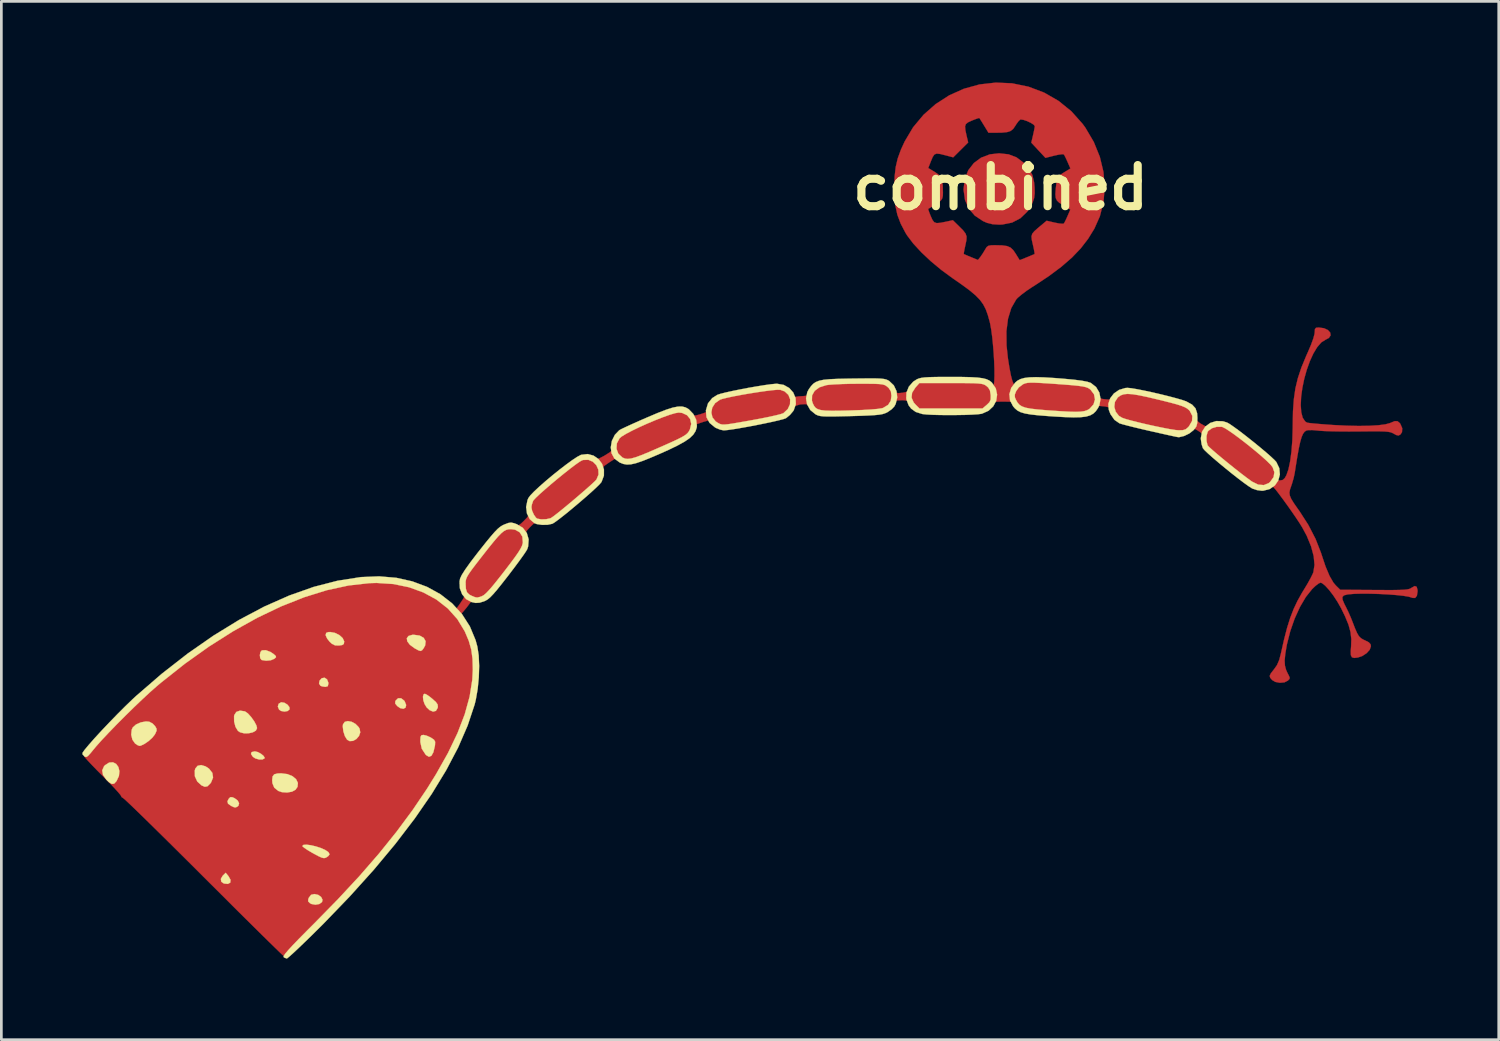
<source format=kicad_pcb>
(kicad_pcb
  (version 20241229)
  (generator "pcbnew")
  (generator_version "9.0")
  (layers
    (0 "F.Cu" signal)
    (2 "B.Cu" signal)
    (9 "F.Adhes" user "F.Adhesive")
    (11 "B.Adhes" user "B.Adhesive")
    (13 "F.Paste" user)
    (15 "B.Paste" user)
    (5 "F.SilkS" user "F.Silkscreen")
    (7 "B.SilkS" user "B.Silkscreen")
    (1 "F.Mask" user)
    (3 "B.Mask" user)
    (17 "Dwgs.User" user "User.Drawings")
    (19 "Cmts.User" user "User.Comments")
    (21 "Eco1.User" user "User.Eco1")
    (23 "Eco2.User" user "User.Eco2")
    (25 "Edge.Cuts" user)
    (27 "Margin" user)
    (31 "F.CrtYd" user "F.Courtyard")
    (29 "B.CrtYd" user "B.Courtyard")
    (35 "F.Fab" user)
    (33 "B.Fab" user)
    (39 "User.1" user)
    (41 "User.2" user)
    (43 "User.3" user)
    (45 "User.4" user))
  (footprint "combined"
    (layer "F.Cu")
    (at 34.004 3.897)
    (property "Reference" "combined" (at 0 0 0) (layer "F.SilkS") (effects (font (size 1.524 1.524) (thickness 0.3))))
    (attr through_hole)
    (fp_poly (pts (xy 0.295 -1.232) (xy 0.589 -1.12) (xy 0.852 -0.922) (xy 0.881 -0.894) (xy 1.064 -0.681) (xy 1.179 -0.462) (xy 1.241 -0.203) (xy 1.259 -0.021) (xy 1.265 0.21) (xy 1.244 0.384) (xy 1.191 0.543) (xy 1.183 0.563) (xy 0.989 0.89) (xy 0.736 1.134) (xy 0.428 1.295) (xy 0.069 1.367) (xy -0.051 1.372) (xy -0.296 1.357) (xy -0.498 1.307) (xy -0.649 1.241) (xy -0.955 1.038) (xy -1.178 0.776) (xy -1.317 0.458) (xy -1.369 0.088) (xy -1.369 0.051) (xy -1.324 -0.32) (xy -1.195 -0.643) (xy -0.99 -0.908) (xy -0.721 -1.108) (xy -0.396 -1.231) (xy -0.054 -1.269) (xy 0.295 -1.232)) (stroke (width 0.01) (type solid)) (fill yes) (layer "F.Cu"))
    (fp_poly (pts (xy 0.424 -3.862) (xy 1.038 -3.736) (xy 1.615 -3.517) (xy 2.146 -3.212) (xy 2.623 -2.825) (xy 3.038 -2.36) (xy 3.142 -2.217) (xy 3.453 -1.689) (xy 3.676 -1.14) (xy 3.811 -0.579) (xy 3.857 -0.018) (xy 3.813 0.534) (xy 3.677 1.065) (xy 3.474 1.52) (xy 3.242 1.897) (xy 2.969 2.251) (xy 2.643 2.592) (xy 2.253 2.93) (xy 1.79 3.276) (xy 1.241 3.64) (xy 1.179 3.678) (xy 0.97 3.817) (xy 0.782 3.958) (xy 0.638 4.079) (xy 0.579 4.143) (xy 0.397 4.461) (xy 0.276 4.856) (xy 0.217 5.32) (xy 0.222 5.847) (xy 0.273 6.325) (xy 0.331 6.688) (xy 0.385 6.963) (xy 0.437 7.159) (xy 0.491 7.289) (xy 0.505 7.313) (xy 0.552 7.359) (xy 0.613 7.332) (xy 0.645 7.304) (xy 0.726 7.238) (xy 0.815 7.19) (xy 0.925 7.159) (xy 1.071 7.142) (xy 1.267 7.14) (xy 1.529 7.15) (xy 1.87 7.173) (xy 2.071 7.187) (xy 2.481 7.22) (xy 2.802 7.253) (xy 3.046 7.289) (xy 3.226 7.332) (xy 3.355 7.386) (xy 3.444 7.454) (xy 3.506 7.54) (xy 3.544 7.623) (xy 3.597 7.736) (xy 3.663 7.797) (xy 3.778 7.828) (xy 3.872 7.84) (xy 4.031 7.853) (xy 4.134 7.833) (xy 4.225 7.77) (xy 4.275 7.722) (xy 4.367 7.639) (xy 4.464 7.582) (xy 4.578 7.55) (xy 4.725 7.544) (xy 4.919 7.563) (xy 5.172 7.608) (xy 5.5 7.679) (xy 5.777 7.744) (xy 6.093 7.821) (xy 6.384 7.899) (xy 6.632 7.97) (xy 6.82 8.03) (xy 6.929 8.074) (xy 6.936 8.078) (xy 7.098 8.225) (xy 7.195 8.412) (xy 7.214 8.532) (xy 7.259 8.62) (xy 7.382 8.723) (xy 7.434 8.755) (xy 7.571 8.83) (xy 7.668 8.857) (xy 7.773 8.841) (xy 7.872 8.809) (xy 8.042 8.764) (xy 8.184 8.769) (xy 8.274 8.793) (xy 8.372 8.844) (xy 8.531 8.949) (xy 8.736 9.096) (xy 8.97 9.272) (xy 9.218 9.465) (xy 9.465 9.663) (xy 9.694 9.853) (xy 9.89 10.022) (xy 10.038 10.158) (xy 10.12 10.25) (xy 10.122 10.253) (xy 10.195 10.449) (xy 10.201 10.617) (xy 10.198 10.758) (xy 10.218 10.824) (xy 10.279 10.844) (xy 10.339 10.846) (xy 10.448 10.828) (xy 10.525 10.758) (xy 10.585 10.652) (xy 10.66 10.44) (xy 10.723 10.142) (xy 10.772 9.777) (xy 10.805 9.36) (xy 10.819 8.907) (xy 10.82 8.805) (xy 10.829 8.284) (xy 10.861 7.836) (xy 10.919 7.435) (xy 11.011 7.053) (xy 11.141 6.663) (xy 11.316 6.239) (xy 11.385 6.085) (xy 11.497 5.822) (xy 11.58 5.594) (xy 11.626 5.423) (xy 11.633 5.361) (xy 11.642 5.241) (xy 11.684 5.191) (xy 11.783 5.182) (xy 11.978 5.208) (xy 12.122 5.275) (xy 12.207 5.368) (xy 12.223 5.471) (xy 12.16 5.567) (xy 12.042 5.63) (xy 11.881 5.73) (xy 11.728 5.906) (xy 11.584 6.144) (xy 11.454 6.429) (xy 11.34 6.746) (xy 11.246 7.082) (xy 11.176 7.421) (xy 11.131 7.749) (xy 11.117 8.052) (xy 11.135 8.315) (xy 11.189 8.524) (xy 11.283 8.663) (xy 11.351 8.704) (xy 11.425 8.717) (xy 11.583 8.734) (xy 11.806 8.754) (xy 12.076 8.775) (xy 12.331 8.793) (xy 12.815 8.817) (xy 13.262 8.827) (xy 13.659 8.821) (xy 13.993 8.801) (xy 14.253 8.767) (xy 14.426 8.72) (xy 14.442 8.712) (xy 14.597 8.649) (xy 14.701 8.651) (xy 14.784 8.72) (xy 14.805 8.749) (xy 14.875 8.909) (xy 14.867 9.057) (xy 14.805 9.147) (xy 14.735 9.182) (xy 14.649 9.162) (xy 14.564 9.115) (xy 14.504 9.083) (xy 14.435 9.059) (xy 14.343 9.043) (xy 14.213 9.032) (xy 14.031 9.027) (xy 13.783 9.026) (xy 13.454 9.029) (xy 13.259 9.031) (xy 12.903 9.033) (xy 12.558 9.031) (xy 12.245 9.025) (xy 11.986 9.016) (xy 11.8 9.004) (xy 11.76 8.999) (xy 11.547 8.98) (xy 11.386 8.983) (xy 11.316 9) (xy 11.254 9.047) (xy 11.198 9.125) (xy 11.147 9.245) (xy 11.097 9.418) (xy 11.045 9.655) (xy 10.989 9.967) (xy 10.925 10.364) (xy 10.894 10.566) (xy 10.854 10.755) (xy 10.792 10.968) (xy 10.762 11.055) (xy 10.717 11.188) (xy 10.698 11.298) (xy 10.712 11.405) (xy 10.764 11.529) (xy 10.863 11.689) (xy 11.013 11.905) (xy 11.074 11.989) (xy 11.396 12.489) (xy 11.667 13.014) (xy 11.868 13.528) (xy 11.887 13.589) (xy 12.037 14.036) (xy 12.184 14.383) (xy 12.328 14.631) (xy 12.416 14.734) (xy 12.579 14.894) (xy 13.843 14.902) (xy 14.237 14.904) (xy 14.543 14.904) (xy 14.773 14.9) (xy 14.94 14.893) (xy 15.056 14.881) (xy 15.135 14.864) (xy 15.189 14.841) (xy 15.223 14.818) (xy 15.339 14.755) (xy 15.411 14.785) (xy 15.442 14.907) (xy 15.443 14.953) (xy 15.419 15.115) (xy 15.352 15.198) (xy 15.25 15.194) (xy 15.235 15.187) (xy 15.119 15.151) (xy 14.92 15.118) (xy 14.66 15.09) (xy 14.357 15.067) (xy 14.031 15.05) (xy 13.703 15.04) (xy 13.391 15.037) (xy 13.116 15.044) (xy 12.898 15.061) (xy 12.84 15.069) (xy 12.717 15.102) (xy 12.66 15.161) (xy 12.666 15.262) (xy 12.733 15.422) (xy 12.781 15.514) (xy 12.874 15.704) (xy 12.973 15.929) (xy 13.03 16.072) (xy 13.126 16.322) (xy 13.202 16.494) (xy 13.269 16.609) (xy 13.341 16.683) (xy 13.429 16.737) (xy 13.499 16.769) (xy 13.64 16.842) (xy 13.704 16.916) (xy 13.716 16.986) (xy 13.671 17.116) (xy 13.554 17.244) (xy 13.393 17.349) (xy 13.235 17.402) (xy 13.097 17.419) (xy 13.013 17.396) (xy 12.973 17.316) (xy 12.968 17.164) (xy 12.981 16.993) (xy 12.99 16.723) (xy 12.96 16.463) (xy 12.886 16.19) (xy 12.759 15.88) (xy 12.614 15.582) (xy 12.474 15.335) (xy 12.321 15.102) (xy 12.166 14.9) (xy 12.023 14.743) (xy 11.906 14.65) (xy 11.848 14.63) (xy 11.773 14.665) (xy 11.657 14.755) (xy 11.535 14.872) (xy 11.305 15.161) (xy 11.087 15.531) (xy 10.892 15.959) (xy 10.729 16.425) (xy 10.607 16.906) (xy 10.595 16.968) (xy 10.543 17.278) (xy 10.521 17.514) (xy 10.531 17.7) (xy 10.573 17.858) (xy 10.617 17.958) (xy 10.683 18.087) (xy 10.709 18.156) (xy 10.698 18.198) (xy 10.652 18.246) (xy 10.639 18.259) (xy 10.513 18.323) (xy 10.343 18.338) (xy 10.174 18.306) (xy 10.058 18.237) (xy 9.986 18.155) (xy 9.967 18.083) (xy 10.006 17.995) (xy 10.107 17.864) (xy 10.129 17.837) (xy 10.239 17.68) (xy 10.319 17.494) (xy 10.384 17.244) (xy 10.386 17.236) (xy 10.501 16.727) (xy 10.612 16.299) (xy 10.727 15.933) (xy 10.853 15.608) (xy 10.996 15.305) (xy 11.165 15.003) (xy 11.252 14.861) (xy 11.376 14.654) (xy 11.485 14.457) (xy 11.562 14.3) (xy 11.584 14.244) (xy 11.626 13.974) (xy 11.596 13.65) (xy 11.499 13.285) (xy 11.338 12.894) (xy 11.168 12.578) (xy 11.066 12.414) (xy 10.93 12.209) (xy 10.771 11.979) (xy 10.604 11.743) (xy 10.441 11.519) (xy 10.295 11.323) (xy 10.178 11.174) (xy 10.103 11.09) (xy 10.097 11.085) (xy 10.005 11.057) (xy 9.847 11.08) (xy 9.829 11.085) (xy 9.655 11.112) (xy 9.502 11.083) (xy 9.449 11.063) (xy 9.358 11.009) (xy 9.205 10.903) (xy 9.005 10.757) (xy 8.775 10.583) (xy 8.53 10.394) (xy 8.287 10.202) (xy 8.061 10.02) (xy 7.868 9.859) (xy 7.724 9.733) (xy 7.652 9.662) (xy 7.586 9.543) (xy 7.539 9.38) (xy 7.532 9.335) (xy 7.503 9.185) (xy 7.439 9.088) (xy 7.312 9.002) (xy 7.116 8.889) (xy 6.949 8.991) (xy 6.793 9.06) (xy 6.637 9.093) (xy 6.623 9.093) (xy 6.497 9.081) (xy 6.298 9.047) (xy 6.046 8.996) (xy 5.76 8.933) (xy 5.458 8.862) (xy 5.159 8.788) (xy 4.883 8.716) (xy 4.648 8.649) (xy 4.474 8.593) (xy 4.379 8.552) (xy 4.375 8.549) (xy 4.257 8.431) (xy 4.166 8.293) (xy 4.106 8.195) (xy 4.024 8.14) (xy 3.886 8.108) (xy 3.83 8.101) (xy 3.668 8.086) (xy 3.566 8.102) (xy 3.481 8.158) (xy 3.441 8.197) (xy 3.309 8.298) (xy 3.171 8.362) (xy 3.167 8.364) (xy 3.073 8.372) (xy 2.897 8.374) (xy 2.654 8.369) (xy 2.362 8.359) (xy 2.04 8.344) (xy 1.964 8.339) (xy 1.562 8.314) (xy 1.248 8.288) (xy 1.011 8.259) (xy 0.837 8.223) (xy 0.715 8.179) (xy 0.631 8.122) (xy 0.573 8.051) (xy 0.559 8.026) (xy 0.518 7.974) (xy 0.45 7.944) (xy 0.331 7.929) (xy 0.137 7.925) (xy 0.102 7.925) (xy -0.105 7.928) (xy -0.234 7.941) (xy -0.308 7.969) (xy -0.35 8.017) (xy -0.355 8.026) (xy -0.406 8.104) (xy -0.471 8.165) (xy -0.564 8.211) (xy -0.696 8.242) (xy -0.879 8.262) (xy -1.127 8.272) (xy -1.451 8.274) (xy -1.864 8.271) (xy -1.886 8.27) (xy -3.056 8.255) (xy -3.23 8.065) (xy -3.348 7.948) (xy -3.453 7.892) (xy -3.592 7.875) (xy -3.66 7.874) (xy -3.82 7.882) (xy -3.932 7.92) (xy -4.041 8.007) (xy -4.104 8.072) (xy -4.175 8.143) (xy -4.244 8.198) (xy -4.326 8.241) (xy -4.433 8.274) (xy -4.578 8.298) (xy -4.776 8.317) (xy -5.038 8.332) (xy -5.379 8.346) (xy -5.696 8.358) (xy -6.076 8.368) (xy -6.369 8.364) (xy -6.588 8.345) (xy -6.747 8.308) (xy -6.861 8.251) (xy -6.943 8.17) (xy -6.969 8.132) (xy -7.074 8.051) (xy -7.234 8.018) (xy -7.42 8.03) (xy -7.599 8.081) (xy -7.741 8.169) (xy -7.789 8.228) (xy -7.847 8.308) (xy -7.925 8.376) (xy -8.037 8.436) (xy -8.195 8.491) (xy -8.412 8.547) (xy -8.7 8.607) (xy -9.071 8.676) (xy -9.214 8.702) (xy -9.596 8.767) (xy -9.893 8.812) (xy -10.119 8.836) (xy -10.289 8.84) (xy -10.416 8.823) (xy -10.515 8.785) (xy -10.6 8.726) (xy -10.638 8.693) (xy -10.699 8.642) (xy -10.759 8.621) (xy -10.845 8.631) (xy -10.989 8.671) (xy -11.062 8.694) (xy -11.242 8.757) (xy -11.342 8.813) (xy -11.378 8.873) (xy -11.379 8.891) (xy -11.4 8.991) (xy -11.467 9.091) (xy -11.591 9.197) (xy -11.779 9.316) (xy -12.041 9.452) (xy -12.386 9.613) (xy -12.585 9.702) (xy -12.878 9.828) (xy -13.146 9.942) (xy -13.373 10.037) (xy -13.542 10.104) (xy -13.637 10.138) (xy -13.642 10.14) (xy -13.78 10.141) (xy -13.958 10.1) (xy -13.995 10.087) (xy -14.219 10.001) (xy -14.501 10.182) (xy -14.662 10.294) (xy -14.749 10.382) (xy -14.781 10.467) (xy -14.783 10.495) (xy -14.794 10.614) (xy -14.835 10.732) (xy -14.915 10.858) (xy -15.041 11.005) (xy -15.224 11.181) (xy -15.473 11.398) (xy -15.739 11.621) (xy -15.989 11.825) (xy -16.219 12.009) (xy -16.415 12.164) (xy -16.563 12.277) (xy -16.65 12.338) (xy -16.657 12.342) (xy -16.813 12.382) (xy -16.992 12.378) (xy -17.116 12.367) (xy -17.208 12.387) (xy -17.301 12.453) (xy -17.42 12.568) (xy -17.54 12.698) (xy -17.599 12.792) (xy -17.613 12.882) (xy -17.602 12.964) (xy -17.605 13.194) (xy -17.645 13.323) (xy -17.703 13.425) (xy -17.812 13.59) (xy -17.962 13.799) (xy -18.138 14.037) (xy -18.328 14.288) (xy -18.52 14.534) (xy -18.701 14.76) (xy -18.857 14.948) (xy -18.978 15.083) (xy -19.036 15.138) (xy -19.202 15.218) (xy -19.358 15.24) (xy -19.502 15.256) (xy -19.601 15.324) (xy -19.664 15.405) (xy -19.779 15.559) (xy -19.901 15.704) (xy -19.906 15.71) (xy -20.035 15.85) (xy -19.826 16.243) (xy -19.656 16.601) (xy -19.544 16.94) (xy -19.481 17.297) (xy -19.457 17.707) (xy -19.456 17.802) (xy -19.483 18.328) (xy -19.566 18.857) (xy -19.709 19.403) (xy -19.917 19.982) (xy -20.194 20.609) (xy -20.301 20.828) (xy -20.814 21.774) (xy -21.424 22.743) (xy -22.129 23.732) (xy -22.926 24.738) (xy -23.814 25.76) (xy -24.763 26.765) (xy -25.078 27.083) (xy -25.384 27.387) (xy -25.672 27.667) (xy -25.935 27.917) (xy -26.163 28.129) (xy -26.347 28.293) (xy -26.479 28.402) (xy -26.55 28.447) (xy -26.555 28.448) (xy -26.596 28.413) (xy -26.704 28.311) (xy -26.872 28.148) (xy -27.096 27.929) (xy -27.37 27.66) (xy -27.688 27.345) (xy -28.046 26.991) (xy -28.438 26.602) (xy -28.857 26.183) (xy -29.3 25.741) (xy -29.515 25.527) (xy -29.967 25.075) (xy -30.4 24.645) (xy -30.807 24.241) (xy -31.183 23.87) (xy -31.523 23.536) (xy -31.821 23.244) (xy -32.072 23.001) (xy -32.27 22.811) (xy -32.41 22.68) (xy -32.487 22.614) (xy -32.499 22.606) (xy -32.558 22.566) (xy -32.563 22.542) (xy -32.597 22.487) (xy -32.693 22.374) (xy -32.839 22.214) (xy -33.025 22.02) (xy -33.238 21.804) (xy -33.249 21.793) (xy -33.463 21.577) (xy -33.649 21.385) (xy -33.797 21.227) (xy -33.896 21.117) (xy -33.934 21.065) (xy -33.934 21.064) (xy -33.9 20.999) (xy -33.804 20.874) (xy -33.656 20.699) (xy -33.467 20.486) (xy -33.245 20.245) (xy -33.003 19.988) (xy -32.749 19.725) (xy -32.494 19.468) (xy -32.378 19.355) (xy -31.568 18.602) (xy -30.74 17.905) (xy -29.902 17.266) (xy -29.058 16.687) (xy -28.214 16.172) (xy -27.376 15.722) (xy -26.55 15.34) (xy -25.74 15.029) (xy -24.954 14.792) (xy -24.196 14.63) (xy -23.472 14.547) (xy -22.788 14.545) (xy -22.15 14.627) (xy -21.999 14.661) (xy -21.616 14.784) (xy -21.21 14.965) (xy -20.825 15.183) (xy -20.536 15.389) (xy -20.386 15.509) (xy -20.269 15.599) (xy -20.205 15.644) (xy -20.199 15.646) (xy -20.163 15.608) (xy -20.088 15.507) (xy -19.998 15.38) (xy -19.9 15.229) (xy -19.852 15.125) (xy -19.845 15.033) (xy -19.87 14.918) (xy -19.873 14.908) (xy -19.903 14.771) (xy -19.908 14.645) (xy -19.883 14.516) (xy -19.821 14.371) (xy -19.714 14.195) (xy -19.557 13.975) (xy -19.343 13.697) (xy -19.237 13.562) (xy -18.985 13.247) (xy -18.785 13.004) (xy -18.626 12.823) (xy -18.499 12.697) (xy -18.392 12.616) (xy -18.297 12.572) (xy -18.203 12.554) (xy -18.099 12.555) (xy -18.099 12.555) (xy -17.968 12.555) (xy -17.867 12.524) (xy -17.761 12.446) (xy -17.659 12.35) (xy -17.533 12.219) (xy -17.467 12.118) (xy -17.442 12.007) (xy -17.44 11.888) (xy -17.418 11.668) (xy -17.355 11.51) (xy -17.286 11.433) (xy -17.153 11.306) (xy -16.972 11.143) (xy -16.757 10.958) (xy -16.525 10.762) (xy -16.292 10.57) (xy -16.073 10.394) (xy -15.884 10.248) (xy -15.74 10.144) (xy -15.705 10.122) (xy -15.539 10.05) (xy -15.354 10.012) (xy -15.183 10.012) (xy -15.064 10.053) (xy -15.052 10.063) (xy -14.992 10.078) (xy -14.88 10.04) (xy -14.703 9.947) (xy -14.662 9.924) (xy -14.479 9.809) (xy -14.374 9.72) (xy -14.33 9.643) (xy -14.327 9.611) (xy -14.284 9.426) (xy -14.176 9.237) (xy -14.046 9.102) (xy -13.941 9.038) (xy -13.762 8.948) (xy -13.53 8.84) (xy -13.261 8.723) (xy -12.975 8.603) (xy -12.689 8.488) (xy -12.422 8.386) (xy -12.193 8.304) (xy -12.02 8.249) (xy -11.922 8.23) (xy -11.756 8.261) (xy -11.584 8.342) (xy -11.569 8.351) (xy -11.464 8.418) (xy -11.382 8.446) (xy -11.285 8.439) (xy -11.133 8.398) (xy -11.105 8.39) (xy -10.937 8.333) (xy -10.84 8.275) (xy -10.785 8.193) (xy -10.765 8.14) (xy -10.718 8.024) (xy -10.651 7.929) (xy -10.553 7.849) (xy -10.412 7.781) (xy -10.216 7.719) (xy -9.951 7.657) (xy -9.607 7.591) (xy -9.32 7.54) (xy -8.967 7.481) (xy -8.698 7.437) (xy -8.499 7.409) (xy -8.355 7.394) (xy -8.249 7.393) (xy -8.168 7.403) (xy -8.095 7.424) (xy -8.05 7.44) (xy -7.895 7.523) (xy -7.784 7.627) (xy -7.77 7.65) (xy -7.692 7.744) (xy -7.597 7.751) (xy -7.475 7.732) (xy -7.319 7.722) (xy -7.305 7.722) (xy -7.163 7.704) (xy -7.071 7.635) (xy -7.031 7.574) (xy -6.928 7.452) (xy -6.785 7.339) (xy -6.755 7.321) (xy -6.687 7.286) (xy -6.612 7.26) (xy -6.514 7.241) (xy -6.379 7.226) (xy -6.194 7.217) (xy -5.943 7.21) (xy -5.612 7.204) (xy -5.412 7.202) (xy -4.256 7.188) (xy -4.065 7.41) (xy -3.953 7.534) (xy -3.87 7.596) (xy -3.779 7.613) (xy -3.642 7.599) (xy -3.625 7.597) (xy -3.457 7.562) (xy -3.355 7.503) (xy -3.296 7.423) (xy -3.23 7.324) (xy -3.149 7.248) (xy -3.04 7.192) (xy -2.892 7.153) (xy -2.69 7.129) (xy -2.422 7.118) (xy -2.075 7.117) (xy -1.761 7.12) (xy -1.401 7.127) (xy -1.127 7.134) (xy -0.925 7.143) (xy -0.778 7.156) (xy -0.672 7.175) (xy -0.591 7.201) (xy -0.521 7.235) (xy -0.492 7.252) (xy -0.372 7.321) (xy -0.293 7.361) (xy -0.281 7.366) (xy -0.252 7.318) (xy -0.234 7.186) (xy -0.226 6.985) (xy -0.227 6.733) (xy -0.237 6.444) (xy -0.255 6.136) (xy -0.28 5.826) (xy -0.31 5.528) (xy -0.346 5.26) (xy -0.386 5.037) (xy -0.402 4.969) (xy -0.472 4.718) (xy -0.548 4.507) (xy -0.642 4.325) (xy -0.765 4.156) (xy -0.929 3.988) (xy -1.144 3.808) (xy -1.424 3.601) (xy -1.778 3.355) (xy -1.781 3.353) (xy -2.193 3.051) (xy -2.582 2.727) (xy -2.934 2.396) (xy -3.231 2.074) (xy -3.458 1.775) (xy -3.52 1.676) (xy -3.698 1.336) (xy -3.821 1.01) (xy -3.869 0.789) (xy -2.68 0.789) (xy -2.67 0.836) (xy -2.629 0.949) (xy -2.585 1.059) (xy -2.52 1.201) (xy -2.456 1.283) (xy -2.366 1.315) (xy -2.227 1.304) (xy -2.029 1.265) (xy -1.767 1.208) (xy -1.54 1.43) (xy -1.385 1.586) (xy -1.295 1.704) (xy -1.258 1.815) (xy -1.265 1.949) (xy -1.302 2.128) (xy -1.338 2.294) (xy -1.359 2.414) (xy -1.361 2.461) (xy -1.31 2.484) (xy -1.194 2.534) (xy -1.092 2.576) (xy -0.838 2.68) (xy -0.751 2.572) (xy -0.666 2.45) (xy -0.578 2.305) (xy -0.575 2.299) (xy -0.516 2.204) (xy -0.45 2.155) (xy -0.345 2.136) (xy -0.198 2.134) (xy 0.059 2.14) (xy 0.239 2.165) (xy 0.367 2.22) (xy 0.468 2.314) (xy 0.557 2.443) (xy 0.708 2.688) (xy 0.976 2.58) (xy 1.124 2.519) (xy 1.228 2.475) (xy 1.26 2.461) (xy 1.257 2.41) (xy 1.235 2.287) (xy 1.198 2.117) (xy 1.196 2.108) (xy 1.156 1.93) (xy 1.145 1.806) (xy 1.173 1.71) (xy 1.252 1.614) (xy 1.392 1.491) (xy 1.47 1.425) (xy 1.706 1.228) (xy 2.008 1.298) (xy 2.172 1.329) (xy 2.295 1.34) (xy 2.343 1.332) (xy 2.381 1.267) (xy 2.441 1.143) (xy 2.48 1.055) (xy 2.584 0.815) (xy 2.31 0.649) (xy 2.175 0.562) (xy 2.089 0.481) (xy 2.043 0.383) (xy 2.03 0.245) (xy 2.044 0.045) (xy 2.065 -0.14) (xy 2.09 -0.297) (xy 2.133 -0.397) (xy 2.221 -0.479) (xy 2.342 -0.557) (xy 2.587 -0.708) (xy 2.481 -0.951) (xy 2.415 -1.096) (xy 2.362 -1.2) (xy 2.343 -1.229) (xy 2.281 -1.236) (xy 2.151 -1.219) (xy 1.986 -1.183) (xy 1.662 -1.101) (xy 1.4 -1.382) (xy 1.138 -1.664) (xy 1.202 -1.937) (xy 1.238 -2.101) (xy 1.262 -2.229) (xy 1.268 -2.275) (xy 1.226 -2.33) (xy 1.12 -2.398) (xy 0.982 -2.463) (xy 0.846 -2.509) (xy 0.746 -2.523) (xy 0.731 -2.519) (xy 0.668 -2.463) (xy 0.585 -2.35) (xy 0.55 -2.293) (xy 0.469 -2.175) (xy 0.374 -2.098) (xy 0.24 -2.054) (xy 0.047 -2.035) (xy -0.154 -2.032) (xy -0.448 -2.032) (xy -0.611 -2.299) (xy -0.698 -2.441) (xy -0.762 -2.542) (xy -0.786 -2.579) (xy -0.834 -2.568) (xy -0.949 -2.527) (xy -1.059 -2.483) (xy -1.203 -2.418) (xy -1.285 -2.352) (xy -1.315 -2.262) (xy -1.301 -2.12) (xy -1.261 -1.931) (xy -1.2 -1.671) (xy -1.477 -1.395) (xy -1.753 -1.12) (xy -2.032 -1.194) (xy -2.236 -1.245) (xy -2.367 -1.259) (xy -2.45 -1.226) (xy -2.511 -1.138) (xy -2.571 -0.997) (xy -2.678 -0.724) (xy -2.436 -0.578) (xy -2.303 -0.486) (xy -2.216 -0.388) (xy -2.165 -0.26) (xy -2.141 -0.077) (xy -2.134 0.183) (xy -2.134 0.185) (xy -2.137 0.304) (xy -2.157 0.395) (xy -2.208 0.473) (xy -2.305 0.556) (xy -2.461 0.658) (xy -2.68 0.789) (xy -3.869 0.789) (xy -3.896 0.668) (xy -3.93 0.279) (xy -3.935 0) (xy -3.923 -0.413) (xy -3.883 -0.761) (xy -3.809 -1.078) (xy -3.692 -1.4) (xy -3.552 -1.706) (xy -3.239 -2.233) (xy -2.852 -2.697) (xy -2.402 -3.094) (xy -1.9 -3.417) (xy -1.355 -3.661) (xy -0.778 -3.82) (xy -0.178 -3.888) (xy 0.424 -3.862)) (stroke (width 0.01) (type solid)) (fill yes) (layer "F.Cu"))
    (fp_poly (pts (xy 0.295 -1.232) (xy 0.589 -1.12) (xy 0.852 -0.922) (xy 0.881 -0.894) (xy 1.064 -0.681) (xy 1.179 -0.462) (xy 1.241 -0.203) (xy 1.259 -0.021) (xy 1.265 0.21) (xy 1.244 0.384) (xy 1.191 0.543) (xy 1.183 0.563) (xy 0.989 0.89) (xy 0.736 1.134) (xy 0.428 1.295) (xy 0.069 1.367) (xy -0.051 1.372) (xy -0.296 1.357) (xy -0.498 1.307) (xy -0.649 1.241) (xy -0.955 1.038) (xy -1.178 0.776) (xy -1.317 0.458) (xy -1.369 0.088) (xy -1.369 0.051) (xy -1.324 -0.32) (xy -1.195 -0.643) (xy -0.99 -0.908) (xy -0.721 -1.108) (xy -0.396 -1.231) (xy -0.054 -1.269) (xy 0.295 -1.232)) (stroke (width 0.01) (type solid)) (fill yes) (layer "F.Mask"))
    (fp_poly (pts (xy 0.514 -3.853) (xy 1.093 -3.724) (xy 1.643 -3.507) (xy 2.156 -3.207) (xy 2.62 -2.826) (xy 3.028 -2.368) (xy 3.171 -2.165) (xy 3.491 -1.604) (xy 3.711 -1.035) (xy 3.834 -0.464) (xy 3.858 0.104) (xy 3.784 0.663) (xy 3.612 1.209) (xy 3.342 1.736) (xy 3.051 2.147) (xy 2.841 2.392) (xy 2.613 2.621) (xy 2.353 2.848) (xy 2.043 3.087) (xy 1.669 3.35) (xy 1.382 3.542) (xy 1.036 3.776) (xy 0.769 3.98) (xy 0.57 4.171) (xy 0.428 4.365) (xy 0.331 4.58) (xy 0.27 4.831) (xy 0.233 5.135) (xy 0.22 5.309) (xy 0.223 5.87) (xy 0.273 6.325) (xy 0.333 6.705) (xy 0.394 7) (xy 0.471 7.221) (xy 0.575 7.382) (xy 0.721 7.493) (xy 0.922 7.567) (xy 1.191 7.617) (xy 1.542 7.653) (xy 1.756 7.67) (xy 2.084 7.696) (xy 2.461 7.726) (xy 2.837 7.755) (xy 3.099 7.775) (xy 3.934 7.85) (xy 4.688 7.94) (xy 5.358 8.044) (xy 5.939 8.16) (xy 6.426 8.29) (xy 6.706 8.385) (xy 6.959 8.496) (xy 7.234 8.643) (xy 7.54 8.832) (xy 7.887 9.07) (xy 8.284 9.364) (xy 8.741 9.719) (xy 8.941 9.878) (xy 9.295 10.161) (xy 9.579 10.385) (xy 9.803 10.558) (xy 9.976 10.686) (xy 10.107 10.774) (xy 10.205 10.829) (xy 10.279 10.857) (xy 10.338 10.865) (xy 10.372 10.863) (xy 10.486 10.796) (xy 10.587 10.636) (xy 10.671 10.388) (xy 10.738 10.061) (xy 10.786 9.66) (xy 10.814 9.192) (xy 10.82 8.805) (xy 10.829 8.284) (xy 10.861 7.836) (xy 10.919 7.435) (xy 11.011 7.053) (xy 11.141 6.663) (xy 11.316 6.239) (xy 11.385 6.085) (xy 11.497 5.822) (xy 11.58 5.594) (xy 11.626 5.423) (xy 11.633 5.361) (xy 11.642 5.241) (xy 11.684 5.191) (xy 11.783 5.182) (xy 11.978 5.208) (xy 12.122 5.275) (xy 12.207 5.368) (xy 12.223 5.471) (xy 12.16 5.567) (xy 12.042 5.63) (xy 11.881 5.73) (xy 11.728 5.906) (xy 11.584 6.144) (xy 11.454 6.429) (xy 11.34 6.746) (xy 11.246 7.082) (xy 11.176 7.421) (xy 11.131 7.749) (xy 11.117 8.052) (xy 11.135 8.315) (xy 11.189 8.524) (xy 11.283 8.663) (xy 11.351 8.704) (xy 11.425 8.717) (xy 11.583 8.734) (xy 11.806 8.754) (xy 12.076 8.775) (xy 12.331 8.793) (xy 12.815 8.817) (xy 13.262 8.827) (xy 13.659 8.821) (xy 13.993 8.801) (xy 14.253 8.767) (xy 14.426 8.72) (xy 14.442 8.712) (xy 14.597 8.649) (xy 14.701 8.651) (xy 14.784 8.72) (xy 14.805 8.749) (xy 14.875 8.909) (xy 14.867 9.057) (xy 14.805 9.147) (xy 14.735 9.182) (xy 14.649 9.162) (xy 14.564 9.115) (xy 14.504 9.083) (xy 14.435 9.059) (xy 14.343 9.043) (xy 14.213 9.032) (xy 14.031 9.027) (xy 13.783 9.026) (xy 13.454 9.029) (xy 13.259 9.031) (xy 12.903 9.033) (xy 12.558 9.031) (xy 12.245 9.025) (xy 11.986 9.016) (xy 11.8 9.004) (xy 11.76 8.999) (xy 11.547 8.98) (xy 11.386 8.983) (xy 11.316 9) (xy 11.229 9.081) (xy 11.153 9.234) (xy 11.084 9.467) (xy 11.019 9.791) (xy 10.998 9.917) (xy 10.937 10.291) (xy 10.887 10.578) (xy 10.844 10.794) (xy 10.806 10.952) (xy 10.769 11.067) (xy 10.736 11.14) (xy 10.698 11.234) (xy 10.691 11.326) (xy 10.722 11.435) (xy 10.797 11.577) (xy 10.923 11.769) (xy 11.06 11.963) (xy 11.405 12.501) (xy 11.686 13.055) (xy 11.887 13.589) (xy 12.037 14.036) (xy 12.184 14.383) (xy 12.328 14.631) (xy 12.416 14.734) (xy 12.579 14.894) (xy 13.843 14.902) (xy 14.237 14.904) (xy 14.543 14.904) (xy 14.773 14.9) (xy 14.94 14.893) (xy 15.056 14.881) (xy 15.135 14.864) (xy 15.189 14.841) (xy 15.223 14.818) (xy 15.339 14.755) (xy 15.411 14.785) (xy 15.442 14.907) (xy 15.443 14.953) (xy 15.419 15.115) (xy 15.352 15.198) (xy 15.25 15.194) (xy 15.235 15.187) (xy 15.119 15.151) (xy 14.92 15.118) (xy 14.66 15.09) (xy 14.357 15.067) (xy 14.031 15.05) (xy 13.703 15.04) (xy 13.391 15.037) (xy 13.116 15.044) (xy 12.898 15.061) (xy 12.84 15.069) (xy 12.717 15.102) (xy 12.66 15.161) (xy 12.666 15.262) (xy 12.733 15.422) (xy 12.781 15.514) (xy 12.874 15.704) (xy 12.973 15.929) (xy 13.03 16.072) (xy 13.126 16.322) (xy 13.202 16.494) (xy 13.269 16.609) (xy 13.341 16.683) (xy 13.429 16.737) (xy 13.499 16.769) (xy 13.64 16.842) (xy 13.704 16.916) (xy 13.716 16.986) (xy 13.671 17.116) (xy 13.554 17.244) (xy 13.393 17.349) (xy 13.235 17.402) (xy 13.097 17.419) (xy 13.013 17.396) (xy 12.973 17.316) (xy 12.968 17.164) (xy 12.981 16.993) (xy 12.99 16.723) (xy 12.96 16.463) (xy 12.886 16.19) (xy 12.759 15.88) (xy 12.614 15.582) (xy 12.474 15.335) (xy 12.321 15.102) (xy 12.166 14.9) (xy 12.023 14.743) (xy 11.906 14.65) (xy 11.848 14.63) (xy 11.773 14.665) (xy 11.657 14.755) (xy 11.535 14.872) (xy 11.305 15.161) (xy 11.087 15.531) (xy 10.892 15.959) (xy 10.729 16.425) (xy 10.607 16.906) (xy 10.595 16.968) (xy 10.543 17.278) (xy 10.521 17.514) (xy 10.531 17.7) (xy 10.573 17.858) (xy 10.617 17.958) (xy 10.683 18.087) (xy 10.709 18.156) (xy 10.698 18.198) (xy 10.652 18.246) (xy 10.639 18.259) (xy 10.513 18.323) (xy 10.343 18.338) (xy 10.174 18.306) (xy 10.058 18.237) (xy 9.986 18.155) (xy 9.967 18.083) (xy 10.006 17.995) (xy 10.107 17.864) (xy 10.129 17.837) (xy 10.239 17.68) (xy 10.319 17.494) (xy 10.384 17.244) (xy 10.386 17.236) (xy 10.501 16.727) (xy 10.612 16.299) (xy 10.727 15.933) (xy 10.853 15.608) (xy 10.996 15.305) (xy 11.165 15.003) (xy 11.252 14.861) (xy 11.376 14.654) (xy 11.485 14.457) (xy 11.562 14.3) (xy 11.584 14.244) (xy 11.626 13.974) (xy 11.596 13.65) (xy 11.499 13.285) (xy 11.338 12.894) (xy 11.168 12.578) (xy 10.968 12.259) (xy 10.738 11.925) (xy 10.493 11.596) (xy 10.251 11.295) (xy 10.027 11.041) (xy 9.844 10.861) (xy 9.399 10.487) (xy 8.918 10.111) (xy 8.422 9.746) (xy 7.928 9.406) (xy 7.457 9.103) (xy 7.029 8.853) (xy 6.836 8.752) (xy 6.594 8.64) (xy 6.328 8.539) (xy 6.034 8.447) (xy 5.705 8.365) (xy 5.336 8.29) (xy 4.921 8.224) (xy 4.456 8.165) (xy 3.935 8.113) (xy 3.351 8.067) (xy 2.701 8.028) (xy 1.978 7.993) (xy 1.177 7.963) (xy 0.292 7.938) (xy -0.682 7.916) (xy -1.751 7.898) (xy -2.083 7.893) (xy -3.218 7.884) (xy -4.261 7.89) (xy -5.222 7.911) (xy -6.111 7.948) (xy -6.936 8.001) (xy -7.707 8.071) (xy -8.433 8.159) (xy -8.941 8.234) (xy -10.111 8.457) (xy -11.217 8.742) (xy -12.264 9.094) (xy -13.257 9.516) (xy -14.203 10.011) (xy -15.107 10.584) (xy -15.975 11.238) (xy -16.812 11.977) (xy -17.624 12.804) (xy -18.417 13.724) (xy -19.197 14.74) (xy -19.524 15.2) (xy -19.765 15.517) (xy -20.046 15.838) (xy -20.305 16.099) (xy -20.742 16.504) (xy -20.583 16.686) (xy -20.478 16.824) (xy -20.405 16.956) (xy -20.391 16.997) (xy -20.377 17.152) (xy -20.39 17.349) (xy -20.426 17.529) (xy -20.442 17.577) (xy -20.425 17.651) (xy -20.317 17.749) (xy -20.244 17.797) (xy -20.115 17.891) (xy -20.032 17.975) (xy -20.015 18.013) (xy -20.038 18.074) (xy -20.11 18.069) (xy -20.242 17.998) (xy -20.352 17.922) (xy -20.457 17.85) (xy -20.548 17.803) (xy -20.65 17.776) (xy -20.789 17.762) (xy -20.992 17.758) (xy -21.126 17.757) (xy -21.373 17.754) (xy -21.545 17.745) (xy -21.67 17.724) (xy -21.774 17.685) (xy -21.884 17.625) (xy -21.924 17.6) (xy -22.022 17.534) (xy -22.111 17.455) (xy -22.204 17.349) (xy -22.312 17.202) (xy -22.445 16.999) (xy -22.616 16.725) (xy -22.657 16.658) (xy -22.821 16.392) (xy -22.975 16.145) (xy -23.108 15.934) (xy -23.21 15.777) (xy -23.261 15.701) (xy -23.362 15.605) (xy -23.101 15.605) (xy -23.078 15.664) (xy -23.04 15.725) (xy -22.978 15.821) (xy -22.876 15.985) (xy -22.747 16.195) (xy -22.601 16.434) (xy -22.539 16.535) (xy -22.355 16.836) (xy -22.21 17.061) (xy -22.094 17.226) (xy -21.995 17.343) (xy -21.902 17.426) (xy -21.804 17.488) (xy -21.717 17.532) (xy -21.509 17.594) (xy -21.245 17.625) (xy -20.967 17.621) (xy -20.789 17.597) (xy -20.643 17.523) (xy -20.553 17.384) (xy -20.526 17.204) (xy -20.565 17.006) (xy -20.639 16.86) (xy -20.749 16.737) (xy -20.908 16.605) (xy -21.022 16.528) (xy -21.142 16.464) (xy -21.336 16.369) (xy -21.587 16.251) (xy -21.876 16.119) (xy -22.183 15.982) (xy -22.491 15.846) (xy -22.781 15.722) (xy -23.033 15.618) (xy -23.063 15.606) (xy -23.101 15.605) (xy -23.362 15.605) (xy -23.421 15.548) (xy -23.643 15.416) (xy -23.891 15.324) (xy -24.118 15.291) (xy -24.362 15.328) (xy -24.616 15.427) (xy -24.834 15.567) (xy -24.894 15.623) (xy -24.969 15.712) (xy -24.978 15.771) (xy -24.924 15.842) (xy -24.919 15.848) (xy -24.821 15.922) (xy -24.666 16.004) (xy -24.551 16.053) (xy -24.143 16.232) (xy -23.831 16.433) (xy -23.61 16.661) (xy -23.474 16.919) (xy -23.421 17.214) (xy -23.419 17.274) (xy -23.406 17.384) (xy -23.357 17.487) (xy -23.256 17.61) (xy -23.152 17.716) (xy -23.03 17.831) (xy -22.911 17.923) (xy -22.778 17.999) (xy -22.614 18.069) (xy -22.401 18.139) (xy -22.121 18.216) (xy -21.819 18.294) (xy -21.455 18.394) (xy -21.172 18.495) (xy -20.949 18.606) (xy -20.768 18.739) (xy -20.608 18.902) (xy -20.603 18.907) (xy -20.451 19.121) (xy -20.363 19.342) (xy -20.34 19.584) (xy -20.382 19.86) (xy -20.489 20.183) (xy -20.664 20.567) (xy -20.701 20.64) (xy -20.837 20.919) (xy -20.925 21.131) (xy -20.97 21.294) (xy -20.981 21.402) (xy -21.009 21.642) (xy -21.095 21.805) (xy -21.246 21.901) (xy -21.295 21.915) (xy -21.398 21.933) (xy -21.5 21.924) (xy -21.628 21.883) (xy -21.811 21.802) (xy -21.877 21.77) (xy -22.083 21.675) (xy -22.348 21.556) (xy -22.639 21.43) (xy -22.922 21.31) (xy -22.925 21.308) (xy -23.341 21.13) (xy -23.675 20.971) (xy -23.943 20.824) (xy -24.161 20.679) (xy -24.345 20.527) (xy -24.494 20.375) (xy -24.72 20.096) (xy -24.973 19.729) (xy -25.251 19.282) (xy -25.547 18.762) (xy -25.789 18.31) (xy -25.933 18.035) (xy -26.044 17.834) (xy -26.133 17.69) (xy -26.206 17.596) (xy -25.944 17.596) (xy -25.931 17.648) (xy -25.876 17.774) (xy -25.786 17.958) (xy -25.669 18.186) (xy -25.533 18.442) (xy -25.387 18.711) (xy -25.237 18.979) (xy -25.093 19.23) (xy -25.004 19.379) (xy -24.733 19.805) (xy -24.487 20.141) (xy -24.262 20.396) (xy -24.051 20.576) (xy -24.039 20.585) (xy -23.921 20.656) (xy -23.744 20.749) (xy -23.529 20.855) (xy -23.298 20.965) (xy -23.072 21.067) (xy -22.873 21.153) (xy -22.72 21.211) (xy -22.637 21.234) (xy -22.636 21.234) (xy -22.647 21.201) (xy -22.716 21.112) (xy -22.829 20.985) (xy -22.872 20.94) (xy -23.094 20.678) (xy -23.269 20.402) (xy -23.412 20.08) (xy -23.517 19.761) (xy -23.659 19.384) (xy -23.855 19.048) (xy -24.116 18.738) (xy -24.454 18.44) (xy -24.827 18.174) (xy -25.024 18.05) (xy -25.24 17.924) (xy -25.456 17.806) (xy -25.653 17.706) (xy -25.812 17.632) (xy -25.916 17.596) (xy -25.944 17.596) (xy -26.206 17.596) (xy -26.215 17.585) (xy -26.3 17.503) (xy -26.401 17.426) (xy -26.476 17.376) (xy -26.631 17.275) (xy -26.754 17.202) (xy -26.82 17.171) (xy -26.822 17.17) (xy -26.82 17.211) (xy -26.777 17.318) (xy -26.704 17.47) (xy -26.694 17.488) (xy -26.489 17.94) (xy -26.307 18.461) (xy -26.159 19.02) (xy -26.108 19.265) (xy -26.057 19.512) (xy -26.004 19.738) (xy -25.955 19.914) (xy -25.924 20) (xy -25.813 20.161) (xy -25.62 20.342) (xy -25.342 20.544) (xy -24.975 20.77) (xy -24.518 21.021) (xy -23.967 21.299) (xy -23.9 21.332) (xy -23.434 21.572) (xy -23.058 21.8) (xy -22.761 22.022) (xy -22.534 22.248) (xy -22.366 22.484) (xy -22.323 22.562) (xy -22.243 22.768) (xy -22.205 22.972) (xy -22.21 23.145) (xy -22.261 23.256) (xy -22.373 23.306) (xy -22.545 23.314) (xy -22.746 23.282) (xy -22.944 23.214) (xy -22.973 23.2) (xy -23.322 22.987) (xy -23.652 22.71) (xy -23.971 22.359) (xy -24.289 21.923) (xy -24.494 21.599) (xy -24.574 21.475) (xy -24.657 21.371) (xy -24.759 21.27) (xy -24.774 21.259) (xy -24.476 21.259) (xy -24.458 21.306) (xy -24.396 21.421) (xy -24.3 21.586) (xy -24.201 21.75) (xy -23.954 22.11) (xy -23.682 22.434) (xy -23.399 22.711) (xy -23.115 22.932) (xy -22.844 23.084) (xy -22.598 23.159) (xy -22.52 23.165) (xy -22.405 23.155) (xy -22.36 23.106) (xy -22.352 23) (xy -22.391 22.814) (xy -22.495 22.594) (xy -22.648 22.366) (xy -22.835 22.157) (xy -22.896 22.101) (xy -22.998 22.025) (xy -23.16 21.924) (xy -23.363 21.805) (xy -23.589 21.679) (xy -23.822 21.554) (xy -24.043 21.44) (xy -24.236 21.346) (xy -24.383 21.282) (xy -24.465 21.256) (xy -24.476 21.259) (xy -24.774 21.259) (xy -24.898 21.16) (xy -25.089 21.026) (xy -25.35 20.853) (xy -25.358 20.847) (xy -25.873 20.487) (xy -26.306 20.127) (xy -26.675 19.748) (xy -26.997 19.33) (xy -27.29 18.853) (xy -27.531 18.384) (xy -27.775 17.875) (xy -27.832 18.038) (xy -27.872 18.187) (xy -27.883 18.34) (xy -27.863 18.518) (xy -27.808 18.743) (xy -27.715 19.034) (xy -27.684 19.124) (xy -27.53 19.538) (xy -27.359 19.939) (xy -27.18 20.31) (xy -27.001 20.633) (xy -26.833 20.889) (xy -26.712 21.035) (xy -26.593 21.148) (xy -26.415 21.305) (xy -26.199 21.489) (xy -25.963 21.683) (xy -25.864 21.764) (xy -25.513 22.057) (xy -25.237 22.32) (xy -25.022 22.567) (xy -24.854 22.818) (xy -24.719 23.087) (xy -24.676 23.193) (xy -24.532 23.504) (xy -24.366 23.742) (xy -24.153 23.933) (xy -23.876 24.101) (xy -23.648 24.235) (xy -23.506 24.358) (xy -23.438 24.488) (xy -23.43 24.642) (xy -23.44 24.707) (xy -23.511 24.894) (xy -23.651 25.034) (xy -23.864 25.129) (xy -24.158 25.182) (xy -24.536 25.194) (xy -24.784 25.184) (xy -25.168 25.136) (xy -25.523 25.036) (xy -25.866 24.875) (xy -26.214 24.645) (xy -26.583 24.336) (xy -26.746 24.183) (xy -26.95 23.996) (xy -27.177 23.802) (xy -27.384 23.635) (xy -27.432 23.599) (xy -27.585 23.495) (xy -27.773 23.378) (xy -27.978 23.258) (xy -28.179 23.147) (xy -28.212 23.13) (xy -27.788 23.13) (xy -27.749 23.172) (xy -27.646 23.252) (xy -27.501 23.355) (xy -27.486 23.366) (xy -27.338 23.475) (xy -27.138 23.634) (xy -26.909 23.825) (xy -26.674 24.028) (xy -26.598 24.095) (xy -26.233 24.407) (xy -25.911 24.646) (xy -25.613 24.819) (xy -25.32 24.935) (xy -25.013 25.002) (xy -24.674 25.027) (xy -24.405 25.024) (xy -24.143 25.008) (xy -23.936 24.981) (xy -23.805 24.947) (xy -23.785 24.937) (xy -23.676 24.832) (xy -23.604 24.693) (xy -23.584 24.558) (xy -23.604 24.496) (xy -23.656 24.431) (xy -23.731 24.383) (xy -23.851 24.345) (xy -24.036 24.309) (xy -24.206 24.283) (xy -24.696 24.174) (xy -25.166 23.993) (xy -25.64 23.73) (xy -25.781 23.637) (xy -26.003 23.497) (xy -26.229 23.371) (xy -26.426 23.277) (xy -26.518 23.243) (xy -26.658 23.21) (xy -26.848 23.179) (xy -27.066 23.152) (xy -27.289 23.13) (xy -27.495 23.116) (xy -27.661 23.111) (xy -27.764 23.117) (xy -27.788 23.13) (xy -28.212 23.13) (xy -28.358 23.055) (xy -28.495 22.992) (xy -28.57 22.97) (xy -28.577 22.972) (xy -28.56 23.02) (xy -28.498 23.135) (xy -28.403 23.298) (xy -28.314 23.444) (xy -28.043 23.839) (xy -27.732 24.223) (xy -27.401 24.572) (xy -27.072 24.862) (xy -26.919 24.975) (xy -26.741 25.094) (xy -26.614 25.166) (xy -26.503 25.202) (xy -26.377 25.212) (xy -26.203 25.208) (xy -25.976 25.207) (xy -25.798 25.235) (xy -25.62 25.298) (xy -25.578 25.317) (xy -25.342 25.45) (xy -25.12 25.619) (xy -24.936 25.802) (xy -24.815 25.977) (xy -24.79 26.035) (xy -24.771 26.244) (xy -24.84 26.448) (xy -24.985 26.62) (xy -25.054 26.669) (xy -25.203 26.745) (xy -25.336 26.771) (xy -25.468 26.741) (xy -25.611 26.649) (xy -25.781 26.487) (xy -25.99 26.249) (xy -26.043 26.184) (xy -26.242 25.952) (xy -26.425 25.762) (xy -26.621 25.588) (xy -26.859 25.401) (xy -26.889 25.379) (xy -26.568 25.379) (xy -26.536 25.415) (xy -26.449 25.506) (xy -26.324 25.636) (xy -26.276 25.685) (xy -26.089 25.884) (xy -25.884 26.109) (xy -25.715 26.303) (xy -25.555 26.479) (xy -25.432 26.578) (xy -25.328 26.61) (xy -25.221 26.58) (xy -25.145 26.533) (xy -25.018 26.432) (xy -24.959 26.332) (xy -24.944 26.189) (xy -24.944 26.178) (xy -24.991 26.006) (xy -25.129 25.822) (xy -25.349 25.637) (xy -25.527 25.523) (xy -25.676 25.444) (xy -25.811 25.399) (xy -25.971 25.379) (xy -26.175 25.375) (xy -26.36 25.375) (xy -26.499 25.377) (xy -26.566 25.379) (xy -26.568 25.379) (xy -26.889 25.379) (xy -27 25.297) (xy -27.418 24.962) (xy -27.823 24.571) (xy -28.202 24.145) (xy -28.427 23.894) (xy -28.63 23.71) (xy -28.837 23.57) (xy -28.868 23.553) (xy -29.029 23.471) (xy -29.232 23.379) (xy -29.457 23.284) (xy -29.684 23.194) (xy -29.893 23.116) (xy -30.064 23.059) (xy -30.177 23.03) (xy -30.211 23.031) (xy -30.199 23.083) (xy -30.142 23.19) (xy -30.088 23.276) (xy -29.993 23.425) (xy -29.874 23.627) (xy -29.751 23.844) (xy -29.72 23.901) (xy -29.589 24.14) (xy -29.478 24.323) (xy -29.368 24.469) (xy -29.243 24.598) (xy -29.084 24.727) (xy -28.871 24.877) (xy -28.649 25.026) (xy -28.216 25.331) (xy -27.879 25.606) (xy -27.636 25.853) (xy -27.484 26.074) (xy -27.437 26.192) (xy -27.389 26.46) (xy -27.385 26.73) (xy -27.423 26.97) (xy -27.482 27.114) (xy -27.56 27.233) (xy -27.609 27.274) (xy -27.647 27.25) (xy -27.657 27.234) (xy -27.657 27.162) (xy -27.622 27.04) (xy -27.609 27.007) (xy -27.541 26.72) (xy -27.555 26.397) (xy -27.589 26.244) (xy -27.66 26.084) (xy -27.792 25.91) (xy -27.991 25.716) (xy -28.266 25.494) (xy -28.622 25.239) (xy -28.791 25.125) (xy -29.094 24.915) (xy -29.332 24.735) (xy -29.496 24.591) (xy -29.57 24.504) (xy -29.64 24.396) (xy -29.685 24.337) (xy -29.691 24.333) (xy -29.679 24.377) (xy -29.637 24.495) (xy -29.57 24.666) (xy -29.515 24.803) (xy -29.4 25.094) (xy -29.324 25.303) (xy -29.287 25.441) (xy -29.284 25.518) (xy -29.313 25.545) (xy -29.339 25.544) (xy -29.402 25.486) (xy -29.474 25.35) (xy -29.523 25.222) (xy -29.628 24.941) (xy -29.765 24.624) (xy -29.923 24.288) (xy -30.094 23.952) (xy -30.268 23.633) (xy -30.435 23.35) (xy -30.586 23.119) (xy -30.712 22.96) (xy -30.742 22.929) (xy -30.873 22.853) (xy -31.087 22.781) (xy -31.366 22.717) (xy -31.694 22.664) (xy -32.051 22.626) (xy -32.118 22.621) (xy -32.341 22.602) (xy -32.479 22.579) (xy -32.547 22.549) (xy -32.563 22.515) (xy -32.549 22.48) (xy -32.495 22.461) (xy -32.384 22.455) (xy -32.199 22.462) (xy -32.068 22.47) (xy -31.78 22.496) (xy -31.461 22.538) (xy -31.171 22.588) (xy -31.114 22.6) (xy -30.709 22.698) (xy -30.287 22.82) (xy -29.868 22.957) (xy -29.47 23.102) (xy -29.114 23.249) (xy -28.818 23.39) (xy -28.602 23.519) (xy -28.6 23.521) (xy -28.5 23.583) (xy -28.458 23.583) (xy -28.477 23.515) (xy -28.555 23.374) (xy -28.642 23.236) (xy -28.727 23.113) (xy -28.813 23.011) (xy -28.919 22.916) (xy -29.061 22.813) (xy -29.259 22.688) (xy -29.493 22.548) (xy -29.83 22.353) (xy -30.194 22.151) (xy -30.571 21.948) (xy -30.948 21.75) (xy -31.313 21.565) (xy -31.651 21.399) (xy -31.951 21.259) (xy -32.198 21.15) (xy -32.38 21.08) (xy -32.467 21.057) (xy -32.702 21.053) (xy -32.979 21.095) (xy -33.256 21.173) (xy -33.489 21.277) (xy -33.507 21.288) (xy -33.634 21.349) (xy -33.702 21.341) (xy -33.705 21.338) (xy -33.708 21.252) (xy -33.628 21.164) (xy -33.483 21.079) (xy -33.29 21.003) (xy -33.068 20.943) (xy -32.834 20.904) (xy -32.607 20.891) (xy -32.409 20.911) (xy -32.153 20.964) (xy -32.301 20.807) (xy -32.459 20.614) (xy -32.541 20.439) (xy -32.563 20.271) (xy -32.554 20.229) (xy -32.403 20.229) (xy -32.382 20.372) (xy -32.328 20.503) (xy -32.226 20.651) (xy -32.051 20.812) (xy -31.796 20.989) (xy -31.456 21.187) (xy -31.146 21.35) (xy -30.869 21.493) (xy -30.624 21.623) (xy -30.389 21.754) (xy -30.138 21.9) (xy -29.849 22.075) (xy -29.506 22.285) (xy -29.304 22.405) (xy -29.077 22.532) (xy -28.845 22.655) (xy -28.628 22.764) (xy -28.447 22.849) (xy -28.322 22.9) (xy -28.283 22.909) (xy -28.245 22.874) (xy -28.245 22.873) (xy -28.274 22.819) (xy -28.351 22.702) (xy -28.466 22.541) (xy -28.586 22.377) (xy -28.709 22.226) (xy -28.888 22.022) (xy -29.112 21.777) (xy -29.369 21.504) (xy -29.649 21.212) (xy -29.939 20.914) (xy -30.23 20.621) (xy -30.509 20.345) (xy -30.765 20.096) (xy -30.987 19.888) (xy -31.164 19.73) (xy -31.284 19.634) (xy -31.29 19.63) (xy -31.532 19.514) (xy -31.758 19.498) (xy -31.969 19.582) (xy -32.165 19.766) (xy -32.261 19.901) (xy -32.364 20.085) (xy -32.403 20.229) (xy -32.554 20.229) (xy -32.52 20.057) (xy -32.405 19.831) (xy -32.239 19.62) (xy -32.045 19.448) (xy -31.843 19.343) (xy -31.787 19.328) (xy -31.558 19.335) (xy -31.301 19.431) (xy -31.023 19.611) (xy -30.733 19.87) (xy -30.5 20.128) (xy -30.326 20.323) (xy -30.108 20.546) (xy -29.881 20.763) (xy -29.769 20.863) (xy -29.25 21.355) (xy -28.747 21.915) (xy -28.288 22.509) (xy -28.282 22.517) (xy -27.967 22.962) (xy -27.484 22.963) (xy -27.056 22.98) (xy -26.693 23.033) (xy -26.463 23.091) (xy -26.472 23.064) (xy -26.544 22.975) (xy -26.669 22.835) (xy -26.838 22.652) (xy -27.043 22.438) (xy -27.113 22.365) (xy -27.537 21.924) (xy -27.603 21.852) (xy -27.397 21.852) (xy -26.894 22.36) (xy -26.466 22.781) (xy -26.086 23.127) (xy -25.744 23.407) (xy -25.428 23.63) (xy -25.127 23.803) (xy -24.831 23.934) (xy -24.689 23.983) (xy -24.481 24.046) (xy -24.361 24.07) (xy -24.322 24.052) (xy -24.358 23.992) (xy -24.432 23.914) (xy -24.524 23.799) (xy -24.639 23.617) (xy -24.761 23.399) (xy -24.841 23.236) (xy -24.96 23) (xy -25.09 22.775) (xy -25.21 22.591) (xy -25.276 22.508) (xy -25.364 22.42) (xy -25.506 22.291) (xy -25.687 22.132) (xy -25.892 21.956) (xy -26.106 21.775) (xy -26.314 21.602) (xy -26.502 21.449) (xy -26.655 21.329) (xy -26.759 21.254) (xy -26.795 21.234) (xy -26.818 21.277) (xy -26.822 21.329) (xy -26.865 21.464) (xy -26.976 21.607) (xy -27.128 21.73) (xy -27.22 21.778) (xy -27.397 21.852) (xy -27.603 21.852) (xy -27.889 21.541) (xy -28.173 21.21) (xy -28.394 20.925) (xy -28.556 20.679) (xy -28.666 20.465) (xy -28.727 20.275) (xy -28.744 20.104) (xy -28.744 20.092) (xy -28.58 20.092) (xy -28.573 20.241) (xy -28.529 20.385) (xy -28.451 20.541) (xy -28.375 20.67) (xy -28.278 20.813) (xy -28.146 20.986) (xy -27.994 21.171) (xy -27.838 21.352) (xy -27.693 21.509) (xy -27.573 21.627) (xy -27.495 21.687) (xy -27.481 21.692) (xy -27.406 21.675) (xy -27.31 21.643) (xy -27.115 21.534) (xy -27.007 21.385) (xy -26.984 21.191) (xy -27.047 20.949) (xy -27.171 20.693) (xy -27.448 20.154) (xy -27.696 19.578) (xy -27.866 19.107) (xy -28.003 18.681) (xy -28.204 19.107) (xy -28.362 19.446) (xy -28.476 19.712) (xy -28.548 19.922) (xy -28.58 20.092) (xy -28.744 20.092) (xy -28.74 20.039) (xy -28.709 19.904) (xy -28.642 19.706) (xy -28.551 19.473) (xy -28.461 19.269) (xy -28.349 19.014) (xy -28.244 18.753) (xy -28.161 18.523) (xy -28.12 18.39) (xy -27.982 17.919) (xy -27.897 17.686) (xy -27.618 17.686) (xy -27.565 17.902) (xy -27.456 18.175) (xy -27.304 18.487) (xy -27.119 18.819) (xy -26.911 19.15) (xy -26.693 19.462) (xy -26.476 19.736) (xy -26.365 19.858) (xy -26.221 20.002) (xy -26.119 20.092) (xy -26.068 20.121) (xy -26.076 20.083) (xy -26.087 20.064) (xy -26.109 19.997) (xy -26.146 19.85) (xy -26.193 19.643) (xy -26.246 19.395) (xy -26.263 19.314) (xy -26.379 18.812) (xy -26.508 18.361) (xy -26.647 17.969) (xy -26.792 17.643) (xy -26.94 17.39) (xy -27.087 17.217) (xy -27.229 17.132) (xy -27.352 17.137) (xy -27.467 17.227) (xy -27.56 17.38) (xy -27.614 17.56) (xy -27.618 17.686) (xy -27.897 17.686) (xy -27.846 17.548) (xy -27.711 17.272) (xy -27.595 17.11) (xy -27.474 16.991) (xy -27.368 16.933) (xy -27.233 16.917) (xy -27.202 16.916) (xy -27.033 16.942) (xy -26.795 17.016) (xy -26.502 17.128) (xy -26.172 17.273) (xy -25.819 17.441) (xy -25.459 17.626) (xy -25.11 17.82) (xy -24.785 18.015) (xy -24.501 18.204) (xy -24.423 18.261) (xy -24.074 18.546) (xy -23.806 18.831) (xy -23.6 19.14) (xy -23.437 19.499) (xy -23.364 19.717) (xy -23.185 20.186) (xy -22.96 20.58) (xy -22.675 20.92) (xy -22.468 21.108) (xy -22.206 21.307) (xy -21.944 21.475) (xy -21.703 21.602) (xy -21.503 21.676) (xy -21.401 21.692) (xy -21.27 21.662) (xy -21.192 21.562) (xy -21.149 21.459) (xy -21.133 21.406) (xy -21.165 21.359) (xy -21.251 21.258) (xy -21.373 21.124) (xy -21.404 21.091) (xy -21.741 20.719) (xy -22.029 20.372) (xy -22.259 20.062) (xy -22.422 19.8) (xy -22.453 19.739) (xy -22.525 19.56) (xy -22.603 19.317) (xy -22.677 19.042) (xy -22.727 18.826) (xy -22.779 18.576) (xy -22.599 18.576) (xy -22.582 18.713) (xy -22.547 18.898) (xy -22.499 19.107) (xy -22.444 19.314) (xy -22.389 19.495) (xy -22.348 19.601) (xy -22.243 19.794) (xy -22.073 20.043) (xy -21.848 20.335) (xy -21.579 20.656) (xy -21.441 20.814) (xy -21.31 20.958) (xy -21.209 21.068) (xy -21.152 21.126) (xy -21.146 21.131) (xy -21.12 21.089) (xy -21.058 20.973) (xy -20.969 20.801) (xy -20.861 20.59) (xy -20.852 20.57) (xy -20.685 20.217) (xy -20.575 19.93) (xy -20.517 19.695) (xy -20.507 19.495) (xy -20.523 19.379) (xy -20.613 19.166) (xy -20.771 18.954) (xy -20.969 18.776) (xy -21.098 18.699) (xy -21.202 18.658) (xy -21.368 18.603) (xy -21.576 18.539) (xy -21.803 18.473) (xy -22.028 18.41) (xy -22.23 18.358) (xy -22.386 18.321) (xy -22.477 18.306) (xy -22.49 18.308) (xy -22.456 18.339) (xy -22.356 18.416) (xy -22.208 18.524) (xy -22.109 18.595) (xy -21.784 18.856) (xy -21.547 19.125) (xy -21.385 19.425) (xy -21.285 19.776) (xy -21.25 20.009) (xy -21.242 20.181) (xy -21.262 20.262) (xy -21.301 20.256) (xy -21.35 20.167) (xy -21.401 19.999) (xy -21.415 19.935) (xy -21.496 19.615) (xy -21.598 19.364) (xy -21.736 19.152) (xy -21.796 19.08) (xy -21.909 18.968) (xy -22.057 18.843) (xy -22.219 18.719) (xy -22.374 18.613) (xy -22.501 18.537) (xy -22.581 18.508) (xy -22.593 18.512) (xy -22.599 18.576) (xy -22.779 18.576) (xy -22.852 18.22) (xy -23.214 17.883) (xy -23.575 17.546) (xy -23.992 17.543) (xy -24.428 17.499) (xy -24.817 17.374) (xy -25.151 17.174) (xy -25.419 16.905) (xy -25.553 16.697) (xy -25.624 16.55) (xy -25.646 16.441) (xy -25.634 16.358) (xy -25.468 16.358) (xy -25.456 16.512) (xy -25.433 16.576) (xy -25.336 16.729) (xy -25.18 16.903) (xy -24.991 17.07) (xy -24.801 17.204) (xy -24.698 17.257) (xy -24.491 17.325) (xy -24.26 17.368) (xy -24.03 17.388) (xy -23.827 17.382) (xy -23.676 17.349) (xy -23.61 17.302) (xy -23.59 17.201) (xy -23.608 17.049) (xy -23.656 16.887) (xy -23.719 16.767) (xy -23.868 16.611) (xy -24.089 16.453) (xy -24.353 16.31) (xy -24.611 16.206) (xy -24.818 16.122) (xy -24.976 16.03) (xy -25.039 15.972) (xy -25.136 15.849) (xy -25.273 16.011) (xy -25.41 16.2) (xy -25.468 16.358) (xy -25.634 16.358) (xy -25.628 16.322) (xy -25.611 16.263) (xy -25.532 16.098) (xy -25.391 15.9) (xy -25.212 15.693) (xy -25.015 15.502) (xy -24.825 15.352) (xy -24.77 15.317) (xy -24.429 15.164) (xy -24.101 15.107) (xy -23.838 15.136) (xy -23.728 15.172) (xy -23.539 15.243) (xy -23.287 15.343) (xy -22.988 15.466) (xy -22.655 15.605) (xy -22.304 15.755) (xy -21.919 15.921) (xy -21.616 16.049) (xy -21.384 16.144) (xy -21.212 16.209) (xy -21.088 16.249) (xy -21.002 16.267) (xy -20.942 16.267) (xy -20.898 16.252) (xy -20.892 16.25) (xy -20.695 16.114) (xy -20.468 15.907) (xy -20.229 15.649) (xy -19.996 15.358) (xy -19.83 15.122) (xy -19.061 14.023) (xy -18.256 13.017) (xy -17.411 12.104) (xy -16.524 11.281) (xy -15.592 10.548) (xy -14.614 9.901) (xy -13.586 9.341) (xy -12.507 8.864) (xy -11.373 8.47) (xy -10.182 8.156) (xy -8.992 7.931) (xy -8.601 7.873) (xy -8.22 7.822) (xy -7.839 7.778) (xy -7.445 7.74) (xy -7.03 7.707) (xy -6.581 7.68) (xy -6.088 7.656) (xy -5.54 7.637) (xy -4.927 7.62) (xy -4.237 7.605) (xy -3.459 7.593) (xy -3.195 7.589) (xy -2.566 7.579) (xy -2.012 7.568) (xy -1.537 7.556) (xy -1.145 7.543) (xy -0.841 7.53) (xy -0.63 7.515) (xy -0.515 7.501) (xy -0.504 7.498) (xy -0.399 7.456) (xy -0.322 7.399) (xy -0.268 7.312) (xy -0.236 7.183) (xy -0.223 6.998) (xy -0.225 6.744) (xy -0.241 6.406) (xy -0.249 6.26) (xy -0.293 5.703) (xy -0.353 5.238) (xy -0.432 4.854) (xy -0.531 4.542) (xy -0.602 4.383) (xy -0.689 4.244) (xy -0.814 4.099) (xy -0.99 3.937) (xy -1.225 3.749) (xy -1.531 3.527) (xy -1.781 3.354) (xy -2.389 2.901) (xy -2.897 2.44) (xy -3.305 1.972) (xy -3.612 1.496) (xy -3.817 1.016) (xy -3.869 0.789) (xy -2.68 0.789) (xy -2.67 0.836) (xy -2.629 0.949) (xy -2.585 1.059) (xy -2.52 1.201) (xy -2.456 1.283) (xy -2.366 1.315) (xy -2.227 1.304) (xy -2.029 1.265) (xy -1.767 1.208) (xy -1.54 1.43) (xy -1.385 1.586) (xy -1.295 1.704) (xy -1.258 1.815) (xy -1.265 1.949) (xy -1.302 2.128) (xy -1.338 2.294) (xy -1.359 2.414) (xy -1.361 2.461) (xy -1.31 2.484) (xy -1.194 2.534) (xy -1.092 2.576) (xy -0.838 2.68) (xy -0.751 2.572) (xy -0.666 2.45) (xy -0.578 2.305) (xy -0.575 2.299) (xy -0.516 2.204) (xy -0.45 2.155) (xy -0.345 2.136) (xy -0.198 2.134) (xy 0.059 2.14) (xy 0.239 2.165) (xy 0.367 2.22) (xy 0.468 2.314) (xy 0.557 2.443) (xy 0.708 2.688) (xy 0.976 2.58) (xy 1.124 2.519) (xy 1.228 2.475) (xy 1.26 2.461) (xy 1.257 2.41) (xy 1.235 2.287) (xy 1.198 2.117) (xy 1.196 2.108) (xy 1.156 1.93) (xy 1.145 1.806) (xy 1.173 1.71) (xy 1.252 1.614) (xy 1.392 1.491) (xy 1.47 1.425) (xy 1.706 1.228) (xy 2.008 1.298) (xy 2.172 1.329) (xy 2.295 1.34) (xy 2.343 1.332) (xy 2.381 1.267) (xy 2.441 1.143) (xy 2.48 1.055) (xy 2.584 0.815) (xy 2.31 0.649) (xy 2.175 0.562) (xy 2.089 0.481) (xy 2.043 0.383) (xy 2.03 0.245) (xy 2.044 0.045) (xy 2.065 -0.14) (xy 2.09 -0.297) (xy 2.133 -0.397) (xy 2.221 -0.479) (xy 2.342 -0.557) (xy 2.587 -0.708) (xy 2.481 -0.951) (xy 2.415 -1.096) (xy 2.362 -1.2) (xy 2.343 -1.229) (xy 2.281 -1.236) (xy 2.151 -1.219) (xy 1.986 -1.183) (xy 1.662 -1.101) (xy 1.4 -1.382) (xy 1.138 -1.664) (xy 1.202 -1.937) (xy 1.238 -2.101) (xy 1.262 -2.229) (xy 1.268 -2.275) (xy 1.226 -2.33) (xy 1.12 -2.398) (xy 0.982 -2.463) (xy 0.846 -2.509) (xy 0.746 -2.523) (xy 0.731 -2.519) (xy 0.668 -2.463) (xy 0.585 -2.35) (xy 0.55 -2.293) (xy 0.469 -2.175) (xy 0.374 -2.098) (xy 0.24 -2.054) (xy 0.047 -2.035) (xy -0.154 -2.032) (xy -0.448 -2.032) (xy -0.611 -2.299) (xy -0.698 -2.441) (xy -0.762 -2.542) (xy -0.786 -2.579) (xy -0.834 -2.568) (xy -0.949 -2.527) (xy -1.059 -2.483) (xy -1.203 -2.418) (xy -1.285 -2.352) (xy -1.315 -2.262) (xy -1.301 -2.12) (xy -1.261 -1.931) (xy -1.2 -1.671) (xy -1.477 -1.395) (xy -1.753 -1.12) (xy -2.032 -1.194) (xy -2.236 -1.245) (xy -2.367 -1.259) (xy -2.45 -1.226) (xy -2.511 -1.138) (xy -2.571 -0.997) (xy -2.678 -0.724) (xy -2.436 -0.578) (xy -2.303 -0.486) (xy -2.216 -0.388) (xy -2.165 -0.26) (xy -2.141 -0.077) (xy -2.134 0.183) (xy -2.134 0.185) (xy -2.137 0.304) (xy -2.157 0.395) (xy -2.208 0.473) (xy -2.305 0.556) (xy -2.461 0.658) (xy -2.68 0.789) (xy -3.869 0.789) (xy -3.91 0.613) (xy -3.952 0.158) (xy -3.943 -0.312) (xy -3.882 -0.759) (xy -3.865 -0.838) (xy -3.672 -1.439) (xy -3.395 -1.992) (xy -3.04 -2.491) (xy -2.614 -2.926) (xy -2.125 -3.291) (xy -1.58 -3.576) (xy -1.293 -3.685) (xy -0.689 -3.837) (xy -0.083 -3.892) (xy 0.514 -3.853)) (stroke (width 0.01) (type solid)) (fill yes) (layer "F.Mask"))
    (fp_poly (pts (xy -28.595 25.497) (xy -28.517 25.636) (xy -28.526 25.738) (xy -28.614 25.787) (xy -28.761 25.773) (xy -28.858 25.707) (xy -28.875 25.602) (xy -28.808 25.485) (xy -28.802 25.48) (xy -28.696 25.375) (xy -28.595 25.497)) (stroke (width 0.01) (type solid)) (fill yes) (layer "F.SilkS"))
    (fp_poly (pts (xy -26.522 19.078) (xy -26.41 19.147) (xy -26.337 19.24) (xy -26.33 19.321) (xy -26.401 19.384) (xy -26.521 19.405) (xy -26.645 19.382) (xy -26.719 19.332) (xy -26.765 19.219) (xy -26.735 19.116) (xy -26.641 19.06) (xy -26.64 19.06) (xy -26.522 19.078)) (stroke (width 0.01) (type solid)) (fill yes) (layer "F.SilkS"))
    (fp_poly (pts (xy -24.943 18.212) (xy -24.895 18.331) (xy -24.892 18.37) (xy -24.916 18.465) (xy -25.005 18.49) (xy -25.006 18.49) (xy -25.129 18.471) (xy -25.189 18.446) (xy -25.239 18.365) (xy -25.219 18.259) (xy -25.138 18.169) (xy -25.033 18.151) (xy -24.943 18.212)) (stroke (width 0.01) (type solid)) (fill yes) (layer "F.SilkS"))
    (fp_poly (pts (xy -22.198 18.913) (xy -22.088 18.997) (xy -22.068 19.024) (xy -22.013 19.162) (xy -22.035 19.258) (xy -22.115 19.301) (xy -22.233 19.277) (xy -22.343 19.2) (xy -22.418 19.108) (xy -22.415 19.025) (xy -22.401 18.997) (xy -22.312 18.912) (xy -22.198 18.913)) (stroke (width 0.01) (type solid)) (fill yes) (layer "F.SilkS"))
    (fp_poly (pts (xy -27.506 20.905) (xy -27.39 20.967) (xy -27.295 21.045) (xy -27.252 21.115) (xy -27.257 21.137) (xy -27.335 21.179) (xy -27.462 21.178) (xy -27.597 21.14) (xy -27.688 21.08) (xy -27.759 20.976) (xy -27.736 20.906) (xy -27.622 20.879) (xy -27.614 20.879) (xy -27.506 20.905)) (stroke (width 0.01) (type solid)) (fill yes) (layer "F.SilkS"))
    (fp_poly (pts (xy -25.268 26.194) (xy -25.161 26.272) (xy -25.11 26.374) (xy -25.128 26.457) (xy -25.227 26.531) (xy -25.373 26.557) (xy -25.521 26.53) (xy -25.576 26.5) (xy -25.642 26.433) (xy -25.638 26.352) (xy -25.615 26.295) (xy -25.533 26.19) (xy -25.409 26.162) (xy -25.268 26.194)) (stroke (width 0.01) (type solid)) (fill yes) (layer "F.SilkS"))
    (fp_poly (pts (xy -28.368 22.612) (xy -28.252 22.699) (xy -28.2 22.801) (xy -28.224 22.892) (xy -28.253 22.917) (xy -28.321 22.953) (xy -28.384 22.949) (xy -28.489 22.9) (xy -28.495 22.897) (xy -28.61 22.815) (xy -28.631 22.726) (xy -28.584 22.635) (xy -28.526 22.575) (xy -28.456 22.575) (xy -28.368 22.612)) (stroke (width 0.01) (type solid)) (fill yes) (layer "F.SilkS"))
    (fp_poly (pts (xy -29.444 21.433) (xy -29.315 21.518) (xy -29.19 21.676) (xy -29.164 21.848) (xy -29.238 22.03) (xy -29.264 22.066) (xy -29.369 22.171) (xy -29.469 22.19) (xy -29.591 22.138) (xy -29.749 21.994) (xy -29.837 21.802) (xy -29.842 21.591) (xy -29.82 21.514) (xy -29.736 21.413) (xy -29.604 21.386) (xy -29.444 21.433)) (stroke (width 0.01) (type solid)) (fill yes) (layer "F.SilkS"))
    (fp_poly (pts (xy -27.036 17.197) (xy -26.924 17.272) (xy -26.841 17.346) (xy -26.832 17.392) (xy -26.892 17.447) (xy -26.896 17.45) (xy -27.027 17.505) (xy -27.2 17.521) (xy -27.359 17.496) (xy -27.369 17.492) (xy -27.418 17.426) (xy -27.431 17.313) (xy -27.408 17.2) (xy -27.356 17.138) (xy -27.21 17.131) (xy -27.036 17.197)) (stroke (width 0.01) (type solid)) (fill yes) (layer "F.SilkS"))
    (fp_poly (pts (xy -21.511 16.591) (xy -21.362 16.675) (xy -21.292 16.8) (xy -21.309 16.955) (xy -21.364 17.057) (xy -21.425 17.136) (xy -21.483 17.161) (xy -21.568 17.133) (xy -21.7 17.06) (xy -21.874 16.932) (xy -21.971 16.804) (xy -21.989 16.691) (xy -21.928 16.606) (xy -21.785 16.563) (xy -21.73 16.561) (xy -21.511 16.591)) (stroke (width 0.01) (type solid)) (fill yes) (layer "F.SilkS"))
    (fp_poly (pts (xy -32.753 21.343) (xy -32.67 21.458) (xy -32.632 21.612) (xy -32.65 21.789) (xy -32.735 21.973) (xy -32.744 21.985) (xy -32.827 22.074) (xy -32.914 22.085) (xy -33.023 22.016) (xy -33.112 21.93) (xy -33.239 21.752) (xy -33.269 21.583) (xy -33.201 21.43) (xy -33.163 21.389) (xy -33.011 21.293) (xy -32.87 21.283) (xy -32.753 21.343)) (stroke (width 0.01) (type solid)) (fill yes) (layer "F.SilkS"))
    (fp_poly (pts (xy -24.032 19.783) (xy -23.89 19.86) (xy -23.772 19.98) (xy -23.736 20.041) (xy -23.713 20.176) (xy -23.76 20.309) (xy -23.855 20.42) (xy -23.978 20.49) (xy -24.104 20.499) (xy -24.199 20.447) (xy -24.281 20.316) (xy -24.339 20.135) (xy -24.36 19.956) (xy -24.352 19.879) (xy -24.287 19.786) (xy -24.172 19.757) (xy -24.032 19.783)) (stroke (width 0.01) (type solid)) (fill yes) (layer "F.SilkS"))
    (fp_poly (pts (xy -21.253 18.777) (xy -21.136 18.857) (xy -21.036 18.939) (xy -20.908 19.056) (xy -20.848 19.142) (xy -20.838 19.223) (xy -20.846 19.269) (xy -20.911 19.379) (xy -21.016 19.406) (xy -21.145 19.352) (xy -21.255 19.249) (xy -21.331 19.124) (xy -21.378 18.983) (xy -21.391 18.854) (xy -21.366 18.766) (xy -21.323 18.745) (xy -21.253 18.777)) (stroke (width 0.01) (type solid)) (fill yes) (layer "F.SilkS"))
    (fp_poly (pts (xy -26.408 21.721) (xy -26.22 21.799) (xy -26.087 21.912) (xy -26.022 22.047) (xy -26.035 22.19) (xy -26.111 22.301) (xy -26.24 22.371) (xy -26.421 22.402) (xy -26.61 22.39) (xy -26.746 22.344) (xy -26.897 22.223) (xy -26.966 22.056) (xy -26.975 21.941) (xy -26.959 21.806) (xy -26.899 21.729) (xy -26.773 21.697) (xy -26.639 21.692) (xy -26.408 21.721)) (stroke (width 0.01) (type solid)) (fill yes) (layer "F.SilkS"))
    (fp_poly (pts (xy -24.649 16.491) (xy -24.486 16.572) (xy -24.363 16.684) (xy -24.308 16.805) (xy -24.308 16.817) (xy -24.322 16.901) (xy -24.384 16.941) (xy -24.499 16.958) (xy -24.646 16.953) (xy -24.762 16.894) (xy -24.842 16.822) (xy -24.938 16.702) (xy -24.99 16.59) (xy -24.994 16.565) (xy -24.974 16.491) (xy -24.897 16.462) (xy -24.823 16.459) (xy -24.649 16.491)) (stroke (width 0.01) (type solid)) (fill yes) (layer "F.SilkS"))
    (fp_poly (pts (xy -27.992 19.396) (xy -27.976 19.402) (xy -27.872 19.475) (xy -27.752 19.608) (xy -27.64 19.765) (xy -27.56 19.916) (xy -27.534 20.017) (xy -27.578 20.109) (xy -27.693 20.174) (xy -27.848 20.209) (xy -28.015 20.21) (xy -28.164 20.172) (xy -28.242 20.12) (xy -28.332 19.974) (xy -28.383 19.778) (xy -28.386 19.581) (xy -28.377 19.534) (xy -28.302 19.418) (xy -28.167 19.37) (xy -27.992 19.396)) (stroke (width 0.01) (type solid)) (fill yes) (layer "F.SilkS"))
    (fp_poly (pts (xy -21.256 20.296) (xy -21.113 20.36) (xy -21.089 20.374) (xy -20.98 20.449) (xy -20.939 20.523) (xy -20.944 20.641) (xy -20.951 20.685) (xy -21.005 20.911) (xy -21.078 21.043) (xy -21.169 21.079) (xy -21.275 21.016) (xy -21.296 20.993) (xy -21.434 20.78) (xy -21.487 20.537) (xy -21.488 20.476) (xy -21.481 20.343) (xy -21.449 20.283) (xy -21.377 20.269) (xy -21.374 20.269) (xy -21.256 20.296)) (stroke (width 0.01) (type solid)) (fill yes) (layer "F.SilkS"))
    (fp_poly (pts (xy -31.527 19.781) (xy -31.403 19.847) (xy -31.31 19.945) (xy -31.258 20.037) (xy -31.255 20.114) (xy -31.303 20.221) (xy -31.319 20.252) (xy -31.411 20.37) (xy -31.549 20.495) (xy -31.702 20.601) (xy -31.837 20.666) (xy -31.889 20.676) (xy -31.964 20.646) (xy -32.051 20.587) (xy -32.15 20.447) (xy -32.195 20.263) (xy -32.177 20.079) (xy -32.138 19.993) (xy -32.017 19.884) (xy -31.839 19.805) (xy -31.647 19.77) (xy -31.527 19.781)) (stroke (width 0.01) (type solid)) (fill yes) (layer "F.SilkS"))
    (fp_poly (pts (xy -25.541 24.355) (xy -25.358 24.398) (xy -25.175 24.457) (xy -25.016 24.527) (xy -24.904 24.601) (xy -24.886 24.62) (xy -24.849 24.691) (xy -24.894 24.753) (xy -24.916 24.77) (xy -24.987 24.816) (xy -25.054 24.832) (xy -25.14 24.814) (xy -25.267 24.756) (xy -25.456 24.654) (xy -25.489 24.636) (xy -25.658 24.536) (xy -25.786 24.45) (xy -25.853 24.393) (xy -25.857 24.382) (xy -25.814 24.342) (xy -25.701 24.334) (xy -25.541 24.355)) (stroke (width 0.01) (type solid)) (fill yes) (layer "F.SilkS"))
    (fp_poly (pts (xy -1.437 7.013) (xy -1.109 7.021) (xy -0.856 7.035) (xy -0.666 7.06) (xy -0.525 7.095) (xy -0.42 7.143) (xy -0.338 7.205) (xy -0.313 7.231) (xy -0.176 7.44) (xy -0.128 7.668) (xy -0.161 7.894) (xy -0.269 8.099) (xy -0.445 8.264) (xy -0.683 8.371) (xy -0.711 8.378) (xy -0.842 8.395) (xy -1.052 8.408) (xy -1.319 8.418) (xy -1.621 8.423) (xy -1.937 8.425) (xy -2.243 8.422) (xy -2.518 8.415) (xy -2.74 8.403) (xy -2.887 8.387) (xy -2.896 8.386) (xy -3.139 8.31) (xy -3.312 8.186) (xy -3.406 8.061) (xy -3.491 7.833) (xy -3.49 7.78) (xy -3.297 7.78) (xy -3.217 7.958) (xy -3.154 8.03) (xy -3.005 8.179) (xy -0.668 8.179) (xy -0.509 8.045) (xy -0.409 7.947) (xy -0.367 7.85) (xy -0.364 7.706) (xy -0.366 7.682) (xy -0.392 7.516) (xy -0.456 7.406) (xy -0.524 7.346) (xy -0.575 7.311) (xy -0.634 7.285) (xy -0.713 7.267) (xy -0.827 7.254) (xy -0.99 7.245) (xy -1.215 7.241) (xy -1.516 7.239) (xy -1.837 7.239) (xy -3.006 7.239) (xy -3.154 7.405) (xy -3.276 7.595) (xy -3.297 7.78) (xy -3.49 7.78) (xy -3.486 7.597) (xy -3.398 7.374) (xy -3.235 7.188) (xy -3.098 7.099) (xy -3.025 7.069) (xy -2.933 7.046) (xy -2.808 7.03) (xy -2.635 7.02) (xy -2.399 7.014) (xy -2.086 7.011) (xy -1.854 7.011) (xy -1.437 7.013)) (stroke (width 0.01) (type solid)) (fill yes) (layer "F.SilkS"))
    (fp_poly (pts (xy -11.666 8.14) (xy -11.552 8.205) (xy -11.544 8.21) (xy -11.377 8.384) (xy -11.272 8.601) (xy -11.245 8.826) (xy -11.251 8.88) (xy -11.295 9.018) (xy -11.378 9.147) (xy -11.509 9.275) (xy -11.7 9.407) (xy -11.96 9.551) (xy -12.298 9.715) (xy -12.624 9.86) (xy -12.991 10.017) (xy -13.282 10.132) (xy -13.51 10.209) (xy -13.691 10.249) (xy -13.839 10.257) (xy -13.968 10.235) (xy -14.092 10.186) (xy -14.107 10.179) (xy -14.299 10.037) (xy -14.407 9.837) (xy -14.429 9.672) (xy -14.224 9.672) (xy -14.156 9.853) (xy -14.009 9.992) (xy -13.995 10) (xy -13.908 10.036) (xy -13.808 10.048) (xy -13.681 10.033) (xy -13.514 9.987) (xy -13.294 9.906) (xy -13.006 9.787) (xy -12.741 9.672) (xy -12.386 9.516) (xy -12.113 9.393) (xy -11.909 9.296) (xy -11.762 9.218) (xy -11.66 9.153) (xy -11.592 9.093) (xy -11.545 9.032) (xy -11.508 8.963) (xy -11.504 8.954) (xy -11.455 8.753) (xy -11.495 8.571) (xy -11.611 8.429) (xy -11.791 8.345) (xy -11.918 8.331) (xy -12.05 8.353) (xy -12.25 8.412) (xy -12.501 8.502) (xy -12.784 8.613) (xy -13.08 8.738) (xy -13.372 8.869) (xy -13.639 8.998) (xy -13.864 9.116) (xy -14.029 9.216) (xy -14.109 9.283) (xy -14.21 9.473) (xy -14.224 9.672) (xy -14.429 9.672) (xy -14.436 9.622) (xy -14.395 9.38) (xy -14.284 9.156) (xy -14.124 8.989) (xy -14.109 8.979) (xy -14.028 8.936) (xy -13.87 8.861) (xy -13.652 8.761) (xy -13.391 8.644) (xy -13.102 8.518) (xy -13.081 8.509) (xy -12.694 8.345) (xy -12.385 8.226) (xy -12.14 8.148) (xy -11.947 8.11) (xy -11.793 8.108) (xy -11.666 8.14)) (stroke (width 0.01) (type solid)) (fill yes) (layer "F.SilkS"))
    (fp_poly (pts (xy 8.235 8.654) (xy 8.388 8.701) (xy 8.493 8.761) (xy 8.657 8.875) (xy 8.867 9.029) (xy 9.104 9.212) (xy 9.354 9.41) (xy 9.599 9.61) (xy 9.825 9.799) (xy 10.014 9.965) (xy 10.151 10.094) (xy 10.213 10.163) (xy 10.323 10.392) (xy 10.344 10.625) (xy 10.286 10.844) (xy 10.159 11.029) (xy 9.972 11.162) (xy 9.735 11.224) (xy 9.677 11.227) (xy 9.496 11.203) (xy 9.326 11.146) (xy 9.31 11.138) (xy 9.187 11.059) (xy 9.011 10.933) (xy 8.797 10.771) (xy 8.561 10.586) (xy 8.317 10.388) (xy 8.08 10.192) (xy 7.864 10.008) (xy 7.684 9.848) (xy 7.556 9.726) (xy 7.493 9.652) (xy 7.492 9.65) (xy 7.445 9.506) (xy 7.427 9.382) (xy 7.626 9.382) (xy 7.665 9.538) (xy 7.67 9.548) (xy 7.723 9.607) (xy 7.843 9.715) (xy 8.013 9.862) (xy 8.219 10.034) (xy 8.446 10.22) (xy 8.679 10.407) (xy 8.904 10.584) (xy 9.106 10.738) (xy 9.27 10.858) (xy 9.316 10.89) (xy 9.541 11) (xy 9.75 11.018) (xy 9.931 10.945) (xy 9.982 10.901) (xy 10.112 10.721) (xy 10.14 10.538) (xy 10.074 10.353) (xy 9.995 10.255) (xy 9.851 10.113) (xy 9.658 9.94) (xy 9.43 9.747) (xy 9.185 9.547) (xy 8.935 9.352) (xy 8.698 9.174) (xy 8.487 9.025) (xy 8.32 8.917) (xy 8.21 8.863) (xy 8.198 8.86) (xy 8.009 8.858) (xy 7.83 8.911) (xy 7.697 9.006) (xy 7.669 9.046) (xy 7.627 9.197) (xy 7.626 9.382) (xy 7.427 9.382) (xy 7.419 9.326) (xy 7.417 9.273) (xy 7.462 9.039) (xy 7.584 8.849) (xy 7.766 8.715) (xy 7.989 8.646) (xy 8.235 8.654)) (stroke (width 0.01) (type solid)) (fill yes) (layer "F.SilkS"))
    (fp_poly (pts (xy -15.072 9.926) (xy -14.891 10.052) (xy -14.759 10.228) (xy -14.688 10.439) (xy -14.689 10.668) (xy -14.776 10.898) (xy -14.781 10.907) (xy -14.85 10.988) (xy -14.984 11.119) (xy -15.167 11.288) (xy -15.385 11.48) (xy -15.623 11.685) (xy -15.865 11.888) (xy -16.097 12.079) (xy -16.304 12.242) (xy -16.47 12.367) (xy -16.581 12.44) (xy -16.602 12.45) (xy -16.773 12.487) (xy -16.979 12.491) (xy -17.17 12.463) (xy -17.262 12.428) (xy -17.436 12.278) (xy -17.54 12.07) (xy -17.568 11.841) (xy -17.374 11.841) (xy -17.348 11.969) (xy -17.285 12.11) (xy -17.207 12.223) (xy -17.159 12.26) (xy -17.01 12.287) (xy -16.828 12.281) (xy -16.671 12.246) (xy -16.646 12.234) (xy -16.561 12.176) (xy -16.417 12.065) (xy -16.229 11.914) (xy -16.012 11.735) (xy -15.782 11.542) (xy -15.554 11.347) (xy -15.343 11.164) (xy -15.164 11.005) (xy -15.034 10.884) (xy -14.966 10.812) (xy -14.964 10.81) (xy -14.888 10.628) (xy -14.896 10.445) (xy -14.971 10.279) (xy -15.099 10.151) (xy -15.265 10.081) (xy -15.455 10.087) (xy -15.501 10.102) (xy -15.594 10.155) (xy -15.746 10.262) (xy -15.941 10.41) (xy -16.165 10.587) (xy -16.404 10.781) (xy -16.642 10.98) (xy -16.864 11.171) (xy -17.057 11.342) (xy -17.205 11.482) (xy -17.294 11.577) (xy -17.311 11.602) (xy -17.358 11.739) (xy -17.374 11.841) (xy -17.568 11.841) (xy -17.57 11.828) (xy -17.519 11.574) (xy -17.488 11.5) (xy -17.415 11.401) (xy -17.275 11.255) (xy -17.083 11.076) (xy -16.854 10.874) (xy -16.603 10.663) (xy -16.345 10.455) (xy -16.095 10.263) (xy -15.869 10.098) (xy -15.682 9.974) (xy -15.549 9.903) (xy -15.528 9.895) (xy -15.288 9.868) (xy -15.072 9.926)) (stroke (width 0.01) (type solid)) (fill yes) (layer "F.SilkS"))
    (fp_poly (pts (xy -8.031 7.307) (xy -7.826 7.422) (xy -7.676 7.591) (xy -7.591 7.796) (xy -7.581 8.019) (xy -7.657 8.241) (xy -7.684 8.283) (xy -7.8 8.42) (xy -7.935 8.531) (xy -7.95 8.541) (xy -8.04 8.573) (xy -8.211 8.618) (xy -8.445 8.672) (xy -8.722 8.731) (xy -9.023 8.792) (xy -9.331 8.851) (xy -9.625 8.903) (xy -9.887 8.947) (xy -10.098 8.977) (xy -10.238 8.99) (xy -10.257 8.99) (xy -10.386 8.964) (xy -10.539 8.901) (xy -10.575 8.881) (xy -10.777 8.714) (xy -10.891 8.503) (xy -10.906 8.332) (xy -10.711 8.332) (xy -10.67 8.51) (xy -10.55 8.66) (xy -10.476 8.709) (xy -10.418 8.741) (xy -10.364 8.763) (xy -10.301 8.775) (xy -10.214 8.775) (xy -10.09 8.763) (xy -9.915 8.737) (xy -9.675 8.696) (xy -9.355 8.64) (xy -9.173 8.607) (xy -8.856 8.548) (xy -8.568 8.49) (xy -8.326 8.436) (xy -8.147 8.391) (xy -8.048 8.357) (xy -8.04 8.353) (xy -7.88 8.202) (xy -7.798 8.025) (xy -7.792 7.842) (xy -7.858 7.676) (xy -7.993 7.549) (xy -8.157 7.489) (xy -8.263 7.487) (xy -8.449 7.503) (xy -8.694 7.533) (xy -8.979 7.574) (xy -9.283 7.622) (xy -9.587 7.674) (xy -9.871 7.728) (xy -10.114 7.779) (xy -10.298 7.824) (xy -10.391 7.855) (xy -10.57 7.981) (xy -10.677 8.148) (xy -10.711 8.332) (xy -10.906 8.332) (xy -10.912 8.259) (xy -10.91 8.241) (xy -10.834 7.989) (xy -10.679 7.796) (xy -10.49 7.676) (xy -10.378 7.638) (xy -10.185 7.589) (xy -9.933 7.533) (xy -9.642 7.474) (xy -9.333 7.415) (xy -9.026 7.362) (xy -8.742 7.316) (xy -8.502 7.283) (xy -8.325 7.266) (xy -8.279 7.264) (xy -8.031 7.307)) (stroke (width 0.01) (type solid)) (fill yes) (layer "F.SilkS"))
    (fp_poly (pts (xy 1.628 7.029) (xy 2.026 7.054) (xy 2.313 7.077) (xy 2.707 7.113) (xy 3.005 7.151) (xy 3.215 7.191) (xy 3.341 7.233) (xy 3.343 7.234) (xy 3.537 7.386) (xy 3.659 7.591) (xy 3.703 7.823) (xy 3.66 8.059) (xy 3.609 8.163) (xy 3.528 8.28) (xy 3.435 8.37) (xy 3.317 8.436) (xy 3.164 8.481) (xy 2.963 8.504) (xy 2.701 8.51) (xy 2.367 8.499) (xy 1.948 8.475) (xy 1.778 8.463) (xy 1.406 8.434) (xy 1.121 8.403) (xy 0.906 8.366) (xy 0.747 8.319) (xy 0.626 8.257) (xy 0.53 8.176) (xy 0.463 8.098) (xy 0.35 7.881) (xy 0.33 7.666) (xy 0.527 7.666) (xy 0.53 7.765) (xy 0.565 7.85) (xy 0.625 7.958) (xy 0.696 8.041) (xy 0.791 8.103) (xy 0.925 8.151) (xy 1.113 8.187) (xy 1.369 8.217) (xy 1.708 8.246) (xy 1.834 8.255) (xy 2.235 8.282) (xy 2.548 8.299) (xy 2.788 8.305) (xy 2.967 8.298) (xy 3.1 8.279) (xy 3.201 8.247) (xy 3.282 8.202) (xy 3.298 8.19) (xy 3.443 8.029) (xy 3.497 7.844) (xy 3.461 7.656) (xy 3.334 7.487) (xy 3.292 7.452) (xy 3.233 7.417) (xy 3.153 7.388) (xy 3.037 7.363) (xy 2.871 7.34) (xy 2.642 7.317) (xy 2.334 7.293) (xy 2.082 7.274) (xy 1.721 7.249) (xy 1.447 7.233) (xy 1.245 7.224) (xy 1.099 7.224) (xy 0.994 7.232) (xy 0.916 7.249) (xy 0.85 7.274) (xy 0.834 7.282) (xy 0.676 7.4) (xy 0.578 7.536) (xy 0.527 7.666) (xy 0.33 7.666) (xy 0.328 7.647) (xy 0.394 7.42) (xy 0.543 7.22) (xy 0.627 7.15) (xy 0.735 7.092) (xy 0.878 7.051) (xy 1.066 7.027) (xy 1.312 7.02) (xy 1.628 7.029)) (stroke (width 0.01) (type solid)) (fill yes) (layer "F.SilkS"))
    (fp_poly (pts (xy 4.84 7.43) (xy 5.05 7.465) (xy 5.314 7.517) (xy 5.613 7.581) (xy 5.924 7.653) (xy 6.227 7.728) (xy 6.5 7.8) (xy 6.722 7.864) (xy 6.872 7.916) (xy 6.883 7.921) (xy 7.093 8.037) (xy 7.219 8.173) (xy 7.279 8.356) (xy 7.29 8.536) (xy 7.283 8.717) (xy 7.253 8.838) (xy 7.186 8.938) (xy 7.14 8.989) (xy 6.988 9.107) (xy 6.8 9.198) (xy 6.622 9.241) (xy 6.579 9.242) (xy 6.516 9.231) (xy 6.369 9.2) (xy 6.156 9.153) (xy 5.891 9.094) (xy 5.59 9.026) (xy 5.537 9.014) (xy 5.224 8.942) (xy 4.937 8.873) (xy 4.694 8.812) (xy 4.513 8.764) (xy 4.411 8.733) (xy 4.405 8.731) (xy 4.217 8.601) (xy 4.07 8.39) (xy 4.007 8.228) (xy 3.998 8.12) (xy 4.212 8.12) (xy 4.264 8.301) (xy 4.383 8.453) (xy 4.506 8.527) (xy 4.647 8.575) (xy 4.862 8.634) (xy 5.129 8.701) (xy 5.426 8.771) (xy 5.731 8.838) (xy 6.023 8.898) (xy 6.279 8.947) (xy 6.478 8.978) (xy 6.587 8.988) (xy 6.752 8.983) (xy 6.858 8.95) (xy 6.947 8.874) (xy 6.98 8.835) (xy 7.091 8.644) (xy 7.102 8.456) (xy 7.012 8.278) (xy 6.971 8.233) (xy 6.908 8.18) (xy 6.823 8.132) (xy 6.702 8.083) (xy 6.531 8.028) (xy 6.294 7.964) (xy 5.977 7.884) (xy 5.84 7.851) (xy 5.443 7.757) (xy 5.13 7.691) (xy 4.888 7.652) (xy 4.703 7.64) (xy 4.562 7.654) (xy 4.453 7.693) (xy 4.36 7.757) (xy 4.338 7.777) (xy 4.235 7.936) (xy 4.212 8.12) (xy 3.998 8.12) (xy 3.99 8.011) (xy 4.059 7.803) (xy 4.197 7.624) (xy 4.39 7.491) (xy 4.62 7.422) (xy 4.708 7.417) (xy 4.84 7.43)) (stroke (width 0.01) (type solid)) (fill yes) (layer "F.SilkS"))
    (fp_poly (pts (xy -18.016 12.429) (xy -17.912 12.467) (xy -17.692 12.6) (xy -17.544 12.793) (xy -17.476 13.029) (xy -17.495 13.288) (xy -17.526 13.386) (xy -17.572 13.466) (xy -17.67 13.611) (xy -17.811 13.808) (xy -17.984 14.042) (xy -18.18 14.3) (xy -18.237 14.375) (xy -18.469 14.671) (xy -18.65 14.897) (xy -18.792 15.061) (xy -18.903 15.176) (xy -18.995 15.252) (xy -19.077 15.3) (xy -19.102 15.311) (xy -19.288 15.372) (xy -19.44 15.382) (xy -19.593 15.349) (xy -19.792 15.241) (xy -19.94 15.062) (xy -20.025 14.837) (xy -20.033 14.654) (xy -19.812 14.654) (xy -19.801 14.858) (xy -19.759 14.988) (xy -19.672 15.073) (xy -19.588 15.117) (xy -19.465 15.168) (xy -19.384 15.182) (xy -19.293 15.162) (xy -19.209 15.133) (xy -19.133 15.09) (xy -19.034 15.002) (xy -18.902 14.861) (xy -18.732 14.658) (xy -18.514 14.384) (xy -18.381 14.213) (xy -18.153 13.915) (xy -17.981 13.683) (xy -17.857 13.505) (xy -17.774 13.369) (xy -17.723 13.264) (xy -17.697 13.175) (xy -17.692 13.139) (xy -17.71 12.925) (xy -17.809 12.764) (xy -17.979 12.669) (xy -18.132 12.649) (xy -18.224 12.654) (xy -18.308 12.676) (xy -18.395 12.723) (xy -18.495 12.805) (xy -18.616 12.93) (xy -18.769 13.109) (xy -18.964 13.349) (xy -19.209 13.662) (xy -19.224 13.681) (xy -19.431 13.947) (xy -19.583 14.148) (xy -19.688 14.298) (xy -19.756 14.411) (xy -19.793 14.5) (xy -19.809 14.58) (xy -19.812 14.654) (xy -20.033 14.654) (xy -20.036 14.588) (xy -20.016 14.48) (xy -19.956 14.35) (xy -19.828 14.148) (xy -19.634 13.876) (xy -19.374 13.536) (xy -19.288 13.427) (xy -19.057 13.136) (xy -18.876 12.916) (xy -18.735 12.754) (xy -18.623 12.639) (xy -18.529 12.561) (xy -18.443 12.507) (xy -18.378 12.477) (xy -18.231 12.421) (xy -18.127 12.405) (xy -18.016 12.429)) (stroke (width 0.01) (type solid)) (fill yes) (layer "F.SilkS"))
    (fp_poly (pts (xy -4.581 7.068) (xy -4.426 7.075) (xy -4.315 7.088) (xy -4.235 7.107) (xy -4.173 7.134) (xy -4.124 7.162) (xy -3.953 7.324) (xy -3.852 7.537) (xy -3.827 7.775) (xy -3.883 8.011) (xy -3.935 8.107) (xy -4.032 8.208) (xy -4.172 8.307) (xy -4.213 8.33) (xy -4.29 8.363) (xy -4.379 8.39) (xy -4.497 8.41) (xy -4.658 8.426) (xy -4.876 8.439) (xy -5.166 8.451) (xy -5.543 8.462) (xy -5.546 8.462) (xy -5.917 8.471) (xy -6.201 8.477) (xy -6.412 8.477) (xy -6.565 8.472) (xy -6.674 8.46) (xy -6.754 8.441) (xy -6.819 8.414) (xy -6.854 8.395) (xy -7.047 8.237) (xy -7.165 8.031) (xy -7.19 7.888) (xy -6.986 7.888) (xy -6.956 7.985) (xy -6.91 8.08) (xy -6.854 8.152) (xy -6.774 8.204) (xy -6.657 8.239) (xy -6.49 8.259) (xy -6.26 8.266) (xy -5.955 8.264) (xy -5.566 8.254) (xy -5.144 8.238) (xy -4.802 8.219) (xy -4.548 8.196) (xy -4.387 8.171) (xy -4.347 8.158) (xy -4.164 8.047) (xy -4.066 7.895) (xy -4.041 7.71) (xy -4.062 7.546) (xy -4.139 7.426) (xy -4.182 7.386) (xy -4.236 7.343) (xy -4.292 7.312) (xy -4.368 7.29) (xy -4.477 7.276) (xy -4.638 7.268) (xy -4.865 7.265) (xy -5.174 7.264) (xy -5.254 7.264) (xy -5.573 7.267) (xy -5.877 7.275) (xy -6.143 7.287) (xy -6.348 7.302) (xy -6.455 7.316) (xy -6.708 7.397) (xy -6.885 7.527) (xy -6.98 7.694) (xy -6.986 7.888) (xy -7.19 7.888) (xy -7.204 7.802) (xy -7.157 7.573) (xy -7.099 7.465) (xy -7.018 7.353) (xy -6.936 7.265) (xy -6.839 7.199) (xy -6.713 7.151) (xy -6.546 7.117) (xy -6.323 7.096) (xy -6.032 7.083) (xy -5.659 7.075) (xy -5.461 7.072) (xy -5.085 7.068) (xy -4.796 7.066) (xy -4.581 7.068)) (stroke (width 0.01) (type solid)) (fill yes) (layer "F.SilkS"))
    (fp_poly (pts (xy -22.377 14.451) (xy -21.784 14.583) (xy -21.237 14.787) (xy -20.744 15.059) (xy -20.311 15.397) (xy -19.945 15.796) (xy -19.653 16.251) (xy -19.442 16.759) (xy -19.376 16.998) (xy -19.326 17.323) (xy -19.309 17.714) (xy -19.322 18.139) (xy -19.364 18.568) (xy -19.434 18.969) (xy -19.477 19.144) (xy -19.735 19.92) (xy -20.087 20.732) (xy -20.531 21.577) (xy -21.066 22.454) (xy -21.692 23.361) (xy -22.406 24.296) (xy -23.208 25.259) (xy -24.097 26.246) (xy -25.071 27.257) (xy -25.234 27.419) (xy -25.514 27.697) (xy -25.774 27.949) (xy -26.003 28.169) (xy -26.192 28.346) (xy -26.333 28.473) (xy -26.416 28.541) (xy -26.433 28.55) (xy -26.525 28.517) (xy -26.553 28.493) (xy -26.548 28.455) (xy -26.493 28.374) (xy -26.384 28.245) (xy -26.217 28.063) (xy -25.988 27.825) (xy -25.692 27.525) (xy -25.403 27.236) (xy -24.529 26.343) (xy -23.736 25.489) (xy -23.019 24.663) (xy -22.37 23.857) (xy -21.781 23.063) (xy -21.245 22.27) (xy -20.902 21.717) (xy -20.462 20.936) (xy -20.11 20.201) (xy -19.844 19.508) (xy -19.663 18.853) (xy -19.564 18.231) (xy -19.544 17.856) (xy -19.555 17.451) (xy -19.602 17.106) (xy -19.694 16.784) (xy -19.837 16.446) (xy -19.845 16.429) (xy -20.118 15.979) (xy -20.469 15.587) (xy -20.89 15.257) (xy -21.373 14.994) (xy -21.908 14.8) (xy -22.49 14.681) (xy -23.108 14.641) (xy -23.379 14.649) (xy -24.145 14.735) (xy -24.949 14.909) (xy -25.785 15.169) (xy -26.645 15.51) (xy -27.524 15.93) (xy -28.414 16.426) (xy -29.31 16.993) (xy -30.204 17.63) (xy -31.091 18.333) (xy -31.242 18.46) (xy -31.488 18.677) (xy -31.775 18.943) (xy -32.088 19.241) (xy -32.41 19.557) (xy -32.727 19.875) (xy -33.022 20.18) (xy -33.282 20.456) (xy -33.489 20.688) (xy -33.575 20.791) (xy -33.709 20.954) (xy -33.798 21.049) (xy -33.857 21.087) (xy -33.903 21.08) (xy -33.942 21.05) (xy -33.999 20.988) (xy -33.997 20.931) (xy -33.932 20.837) (xy -33.93 20.834) (xy -33.766 20.636) (xy -33.545 20.385) (xy -33.282 20.099) (xy -32.994 19.796) (xy -32.698 19.491) (xy -32.41 19.203) (xy -32.145 18.948) (xy -32.012 18.825) (xy -31.061 18.003) (xy -30.107 17.259) (xy -29.153 16.595) (xy -28.205 16.013) (xy -27.266 15.516) (xy -26.341 15.107) (xy -25.435 14.787) (xy -24.551 14.559) (xy -23.695 14.425) (xy -23.679 14.424) (xy -23.011 14.397) (xy -22.377 14.451)) (stroke (width 0.01) (type solid)) (fill yes) (layer "F.SilkS")))
  (gr_rect
    (start -3 -3)
    (end 52.453 35.452)
    (stroke (width 0.1) (type default))
    (fill no)
    (layer "Edge.Cuts")))
</source>
